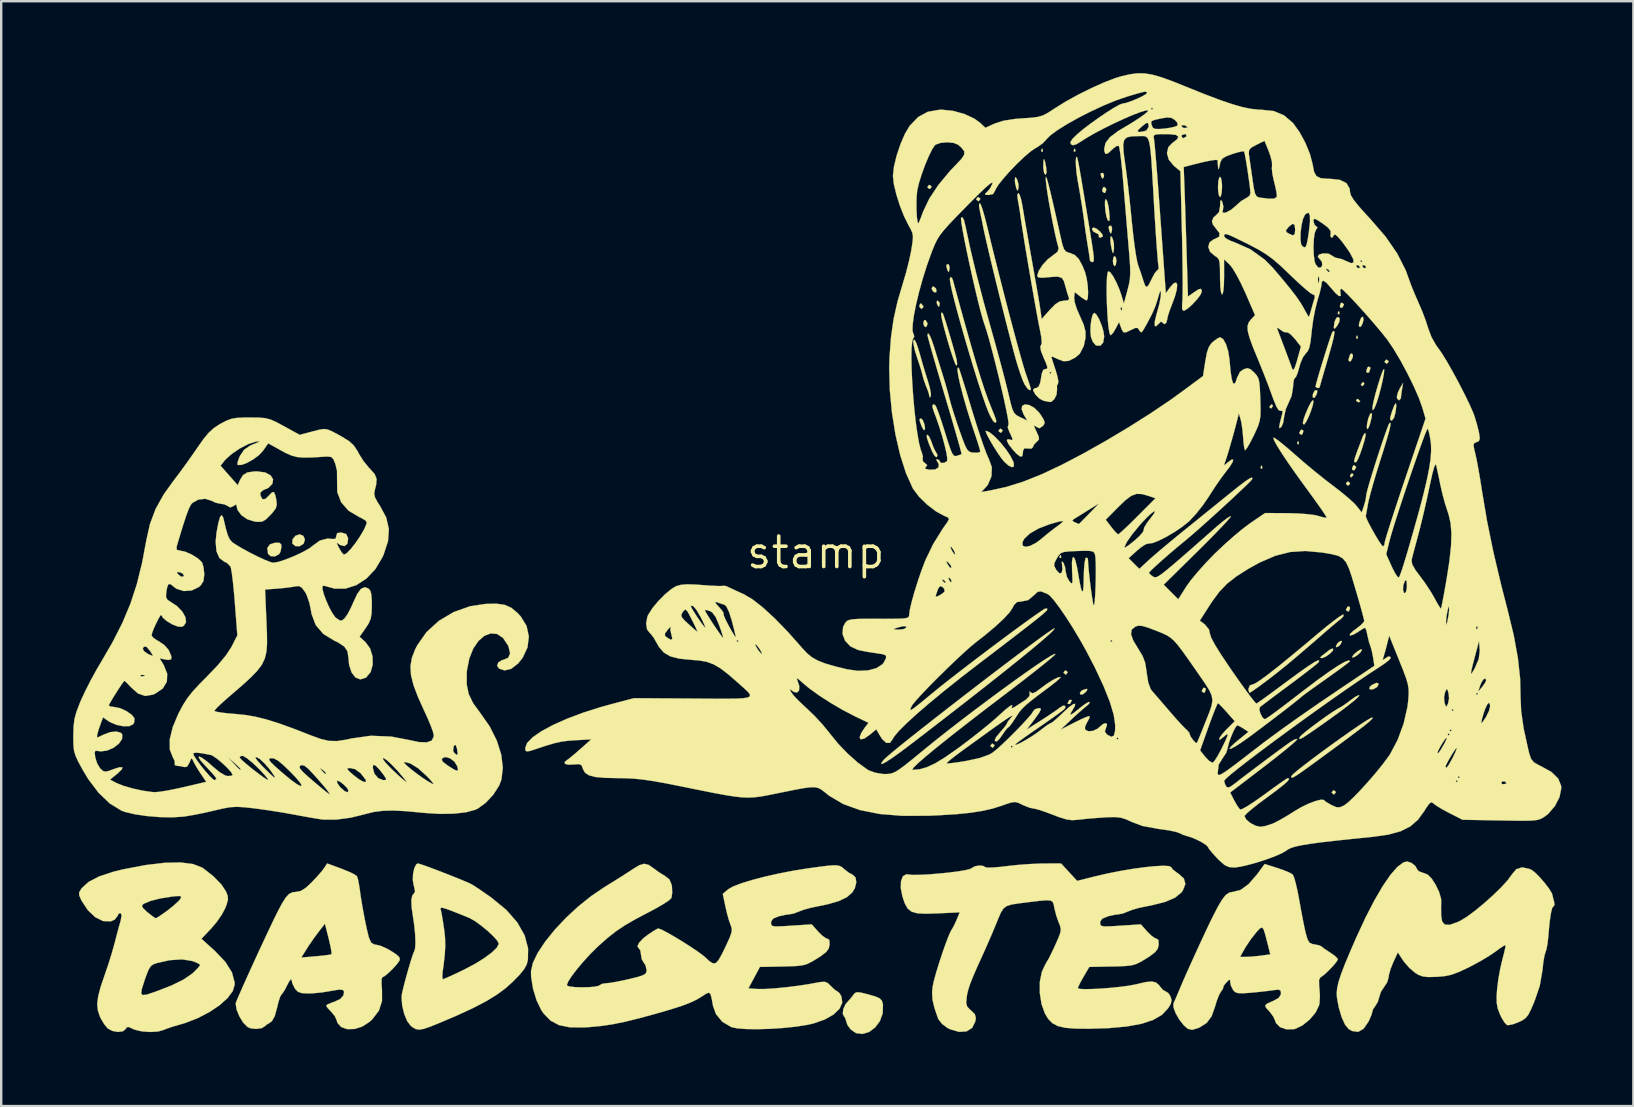
<source format=kicad_pcb>
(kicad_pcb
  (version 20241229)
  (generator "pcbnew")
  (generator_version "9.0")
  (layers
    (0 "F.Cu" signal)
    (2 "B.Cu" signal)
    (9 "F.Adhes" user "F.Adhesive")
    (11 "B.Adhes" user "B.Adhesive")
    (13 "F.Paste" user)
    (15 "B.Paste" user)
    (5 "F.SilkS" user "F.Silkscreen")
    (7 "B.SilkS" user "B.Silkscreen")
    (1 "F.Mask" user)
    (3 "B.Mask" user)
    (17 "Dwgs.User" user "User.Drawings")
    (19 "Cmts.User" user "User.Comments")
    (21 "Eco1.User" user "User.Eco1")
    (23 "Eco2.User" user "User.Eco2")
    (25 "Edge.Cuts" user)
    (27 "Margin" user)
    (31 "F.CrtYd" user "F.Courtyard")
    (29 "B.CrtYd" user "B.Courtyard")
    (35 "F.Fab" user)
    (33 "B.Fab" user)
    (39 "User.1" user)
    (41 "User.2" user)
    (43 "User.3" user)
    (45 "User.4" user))
  (footprint "stamp"
    (layer "F.Cu")
    (at 30.946 19.98)
    (property "Reference" "stamp" (at 0 0 0) (layer "F.SilkS") (effects (font (size 1.27 1.27) (thickness 0.15))))
    (attr through_hole)
    (fp_poly (pts (xy 9.454 -16.82) (xy 9.465 -16.72) (xy 9.454 -16.708) (xy 9.404 -16.719) (xy 9.398 -16.764) (xy 9.429 -16.834) (xy 9.454 -16.82)) (stroke (width 0.01) (type solid)) (fill yes) (layer "F.SilkS"))
    (fp_poly (pts (xy 10.216 0.113) (xy 10.227 0.213) (xy 10.216 0.226) (xy 10.166 0.214) (xy 10.16 0.169) (xy 10.191 0.1) (xy 10.216 0.113)) (stroke (width 0.01) (type solid)) (fill yes) (layer "F.SilkS"))
    (fp_poly (pts (xy 10.809 -16.82) (xy 10.819 -16.72) (xy 10.809 -16.708) (xy 10.759 -16.719) (xy 10.753 -16.764) (xy 10.784 -16.834) (xy 10.809 -16.82)) (stroke (width 0.01) (type solid)) (fill yes) (layer "F.SilkS"))
    (fp_poly (pts (xy 18.598 -3.612) (xy 18.609 -3.512) (xy 18.598 -3.5) (xy 18.548 -3.511) (xy 18.542 -3.556) (xy 18.573 -3.626) (xy 18.598 -3.612)) (stroke (width 0.01) (type solid)) (fill yes) (layer "F.SilkS"))
    (fp_poly (pts (xy 20.122 -4.628) (xy 20.133 -4.528) (xy 20.122 -4.516) (xy 20.072 -4.527) (xy 20.066 -4.572) (xy 20.097 -4.642) (xy 20.122 -4.628)) (stroke (width 0.01) (type solid)) (fill yes) (layer "F.SilkS"))
    (fp_poly (pts (xy 21.816 -10.047) (xy 21.826 -9.947) (xy 21.816 -9.934) (xy 21.765 -9.946) (xy 21.759 -9.991) (xy 21.79 -10.06) (xy 21.816 -10.047)) (stroke (width 0.01) (type solid)) (fill yes) (layer "F.SilkS"))
    (fp_poly (pts (xy 22.578 -9.031) (xy 22.588 -8.931) (xy 22.578 -8.918) (xy 22.527 -8.93) (xy 22.521 -8.975) (xy 22.552 -9.044) (xy 22.578 -9.031)) (stroke (width 0.01) (type solid)) (fill yes) (layer "F.SilkS"))
    (fp_poly (pts (xy 12.015 -15.73) (xy 12.005 -15.652) (xy 11.958 -15.588) (xy 11.903 -15.652) (xy 11.872 -15.777) (xy 11.887 -15.81) (xy 11.971 -15.824) (xy 12.015 -15.73)) (stroke (width 0.01) (type solid)) (fill yes) (layer "F.SilkS"))
    (fp_poly (pts (xy 4.403 -10.372) (xy 4.484 -10.263) (xy 4.487 -10.24) (xy 4.423 -10.162) (xy 4.403 -10.16) (xy 4.328 -10.229) (xy 4.318 -10.292) (xy 4.359 -10.38) (xy 4.403 -10.372)) (stroke (width 0.01) (type solid)) (fill yes) (layer "F.SilkS"))
    (fp_poly (pts (xy 4.65 -9.572) (xy 4.657 -9.52) (xy 4.609 -9.411) (xy 4.572 -9.398) (xy 4.504 -9.469) (xy 4.487 -9.572) (xy 4.52 -9.689) (xy 4.572 -9.694) (xy 4.65 -9.572)) (stroke (width 0.01) (type solid)) (fill yes) (layer "F.SilkS"))
    (fp_poly (pts (xy 4.824 -15.26) (xy 4.826 -15.24) (xy 4.762 -15.158) (xy 4.741 -15.155) (xy 4.659 -15.22) (xy 4.657 -15.24) (xy 4.721 -15.322) (xy 4.741 -15.325) (xy 4.824 -15.26)) (stroke (width 0.01) (type solid)) (fill yes) (layer "F.SilkS"))
    (fp_poly (pts (xy 4.994 -11.024) (xy 5.026 -10.964) (xy 5.024 -10.852) (xy 4.933 -10.854) (xy 4.882 -10.894) (xy 4.828 -11.011) (xy 4.877 -11.088) (xy 4.902 -11.091) (xy 4.994 -11.024)) (stroke (width 0.01) (type solid)) (fill yes) (layer "F.SilkS"))
    (fp_poly (pts (xy 5.155 -10.43) (xy 5.165 -10.372) (xy 5.147 -10.259) (xy 5.131 -10.245) (xy 5.077 -10.311) (xy 5.049 -10.372) (xy 5.048 -10.481) (xy 5.083 -10.499) (xy 5.155 -10.43)) (stroke (width 0.01) (type solid)) (fill yes) (layer "F.SilkS"))
    (fp_poly (pts (xy 5.578 -11.91) (xy 5.572 -11.796) (xy 5.542 -11.689) (xy 5.503 -11.739) (xy 5.478 -11.802) (xy 5.445 -11.952) (xy 5.459 -12.007) (xy 5.537 -12.017) (xy 5.578 -11.91)) (stroke (width 0.01) (type solid)) (fill yes) (layer "F.SilkS"))
    (fp_poly (pts (xy 6.856 -14.752) (xy 6.858 -14.732) (xy 6.794 -14.65) (xy 6.773 -14.647) (xy 6.691 -14.712) (xy 6.689 -14.732) (xy 6.753 -14.814) (xy 6.773 -14.817) (xy 6.856 -14.752)) (stroke (width 0.01) (type solid)) (fill yes) (layer "F.SilkS"))
    (fp_poly (pts (xy 7.448 8.023) (xy 7.451 8.043) (xy 7.386 8.126) (xy 7.366 8.128) (xy 7.284 8.064) (xy 7.281 8.043) (xy 7.346 7.961) (xy 7.366 7.959) (xy 7.448 8.023)) (stroke (width 0.01) (type solid)) (fill yes) (layer "F.SilkS"))
    (fp_poly (pts (xy 7.787 -5.1) (xy 7.789 -5.08) (xy 7.725 -4.998) (xy 7.705 -4.995) (xy 7.622 -5.06) (xy 7.62 -5.08) (xy 7.684 -5.162) (xy 7.705 -5.165) (xy 7.787 -5.1)) (stroke (width 0.01) (type solid)) (fill yes) (layer "F.SilkS"))
    (fp_poly (pts (xy 10.496 4.975) (xy 10.499 4.995) (xy 10.434 5.078) (xy 10.414 5.08) (xy 10.332 5.016) (xy 10.329 4.995) (xy 10.394 4.913) (xy 10.414 4.911) (xy 10.496 4.975)) (stroke (width 0.01) (type solid)) (fill yes) (layer "F.SilkS"))
    (fp_poly (pts (xy 10.661 6.142) (xy 10.668 6.171) (xy 10.606 6.29) (xy 10.583 6.308) (xy 10.505 6.304) (xy 10.499 6.275) (xy 10.56 6.156) (xy 10.583 6.138) (xy 10.661 6.142)) (stroke (width 0.01) (type solid)) (fill yes) (layer "F.SilkS"))
    (fp_poly (pts (xy 11.32 5.717) (xy 11.261 5.8) (xy 11.129 5.909) (xy 11.03 5.912) (xy 11.007 5.851) (xy 11.074 5.759) (xy 11.141 5.724) (xy 11.299 5.677) (xy 11.32 5.717)) (stroke (width 0.01) (type solid)) (fill yes) (layer "F.SilkS"))
    (fp_poly (pts (xy 12.098 -15.171) (xy 12.107 -15.113) (xy 12.062 -15) (xy 12.023 -14.986) (xy 11.948 -15.055) (xy 11.938 -15.113) (xy 11.984 -15.226) (xy 12.023 -15.24) (xy 12.098 -15.171)) (stroke (width 0.01) (type solid)) (fill yes) (layer "F.SilkS"))
    (fp_poly (pts (xy 12.35 -13.524) (xy 12.34 -13.405) (xy 12.305 -13.296) (xy 12.262 -13.346) (xy 12.237 -13.402) (xy 12.206 -13.551) (xy 12.224 -13.607) (xy 12.308 -13.626) (xy 12.35 -13.524)) (stroke (width 0.01) (type solid)) (fill yes) (layer "F.SilkS"))
    (fp_poly (pts (xy 12.512 -12.289) (xy 12.531 -12.15) (xy 12.505 -11.99) (xy 12.457 -11.938) (xy 12.401 -12.011) (xy 12.383 -12.15) (xy 12.408 -12.309) (xy 12.457 -12.361) (xy 12.512 -12.289)) (stroke (width 0.01) (type solid)) (fill yes) (layer "F.SilkS"))
    (fp_poly (pts (xy 16.244 5.65) (xy 16.256 5.71) (xy 16.212 5.826) (xy 16.171 5.842) (xy 16.089 5.781) (xy 16.087 5.762) (xy 16.148 5.648) (xy 16.171 5.63) (xy 16.244 5.65)) (stroke (width 0.01) (type solid)) (fill yes) (layer "F.SilkS"))
    (fp_poly (pts (xy 19.049 -6.115) (xy 19.05 -6.096) (xy 18.985 -6.015) (xy 18.96 -6.011) (xy 18.91 -6.063) (xy 18.923 -6.096) (xy 18.999 -6.177) (xy 19.013 -6.181) (xy 19.049 -6.115)) (stroke (width 0.01) (type solid)) (fill yes) (layer "F.SilkS"))
    (fp_poly (pts (xy 20.308 -5.103) (xy 20.32 -5.043) (xy 20.276 -4.927) (xy 20.235 -4.911) (xy 20.153 -4.971) (xy 20.151 -4.99) (xy 20.212 -5.105) (xy 20.235 -5.122) (xy 20.308 -5.103)) (stroke (width 0.01) (type solid)) (fill yes) (layer "F.SilkS"))
    (fp_poly (pts (xy 20.905 -6.751) (xy 20.891 -6.65) (xy 20.861 -6.569) (xy 20.778 -6.446) (xy 20.714 -6.467) (xy 20.719 -6.604) (xy 20.786 -6.741) (xy 20.838 -6.773) (xy 20.905 -6.751)) (stroke (width 0.01) (type solid)) (fill yes) (layer "F.SilkS"))
    (fp_poly (pts (xy 21.672 9.97) (xy 21.675 9.991) (xy 21.61 10.073) (xy 21.59 10.075) (xy 21.508 10.011) (xy 21.505 9.991) (xy 21.57 9.908) (xy 21.59 9.906) (xy 21.672 9.97)) (stroke (width 0.01) (type solid)) (fill yes) (layer "F.SilkS"))
    (fp_poly (pts (xy 21.929 3.705) (xy 21.87 3.824) (xy 21.802 3.895) (xy 21.699 3.945) (xy 21.675 3.915) (xy 21.733 3.796) (xy 21.802 3.725) (xy 21.904 3.675) (xy 21.929 3.705)) (stroke (width 0.01) (type solid)) (fill yes) (layer "F.SilkS"))
    (fp_poly (pts (xy 22.011 -10.353) (xy 22.013 -10.334) (xy 21.952 -10.22) (xy 21.929 -10.202) (xy 21.856 -10.222) (xy 21.844 -10.282) (xy 21.888 -10.398) (xy 21.929 -10.414) (xy 22.011 -10.353)) (stroke (width 0.01) (type solid)) (fill yes) (layer "F.SilkS"))
    (fp_poly (pts (xy 22.255 2.263) (xy 22.267 2.323) (xy 22.223 2.439) (xy 22.183 2.455) (xy 22.1 2.395) (xy 22.098 2.376) (xy 22.16 2.261) (xy 22.183 2.244) (xy 22.255 2.263)) (stroke (width 0.01) (type solid)) (fill yes) (layer "F.SilkS"))
    (fp_poly (pts (xy 22.265 -2.899) (xy 22.267 -2.879) (xy 22.203 -2.796) (xy 22.183 -2.794) (xy 22.1 -2.858) (xy 22.098 -2.879) (xy 22.162 -2.961) (xy 22.183 -2.963) (xy 22.265 -2.899)) (stroke (width 0.01) (type solid)) (fill yes) (layer "F.SilkS"))
    (fp_poly (pts (xy 22.408 -3.25) (xy 22.394 -3.217) (xy 22.318 -3.137) (xy 22.305 -3.133) (xy 22.268 -3.198) (xy 22.267 -3.217) (xy 22.332 -3.299) (xy 22.357 -3.302) (xy 22.408 -3.25)) (stroke (width 0.01) (type solid)) (fill yes) (layer "F.SilkS"))
    (fp_poly (pts (xy 22.519 -3.58) (xy 22.521 -3.561) (xy 22.46 -3.446) (xy 22.437 -3.429) (xy 22.364 -3.448) (xy 22.352 -3.509) (xy 22.396 -3.625) (xy 22.437 -3.641) (xy 22.519 -3.58)) (stroke (width 0.01) (type solid)) (fill yes) (layer "F.SilkS"))
    (fp_poly (pts (xy 22.606 -6.392) (xy 22.687 -6.316) (xy 22.691 -6.303) (xy 22.625 -6.266) (xy 22.606 -6.265) (xy 22.525 -6.33) (xy 22.521 -6.355) (xy 22.573 -6.406) (xy 22.606 -6.392)) (stroke (width 0.01) (type solid)) (fill yes) (layer "F.SilkS"))
    (fp_poly (pts (xy 22.859 -7.046) (xy 22.86 -7.027) (xy 22.795 -6.946) (xy 22.77 -6.943) (xy 22.72 -6.995) (xy 22.733 -7.027) (xy 22.809 -7.108) (xy 22.823 -7.112) (xy 22.859 -7.046)) (stroke (width 0.01) (type solid)) (fill yes) (layer "F.SilkS"))
    (fp_poly (pts (xy 23.103 -7.729) (xy 23.114 -7.672) (xy 23.064 -7.526) (xy 23.029 -7.493) (xy 22.956 -7.511) (xy 22.945 -7.568) (xy 22.994 -7.714) (xy 23.029 -7.747) (xy 23.103 -7.729)) (stroke (width 0.01) (type solid)) (fill yes) (layer "F.SilkS"))
    (fp_poly (pts (xy 23.874 -7.979) (xy 23.876 -7.959) (xy 23.812 -7.876) (xy 23.791 -7.874) (xy 23.709 -7.938) (xy 23.707 -7.959) (xy 23.771 -8.041) (xy 23.791 -8.043) (xy 23.874 -7.979)) (stroke (width 0.01) (type solid)) (fill yes) (layer "F.SilkS"))
    (fp_poly (pts (xy 21.838 -9.76) (xy 21.818 -9.612) (xy 21.72 -9.435) (xy 21.627 -9.33) (xy 21.596 -9.36) (xy 21.593 -9.412) (xy 21.622 -9.625) (xy 21.699 -9.781) (xy 21.768 -9.821) (xy 21.838 -9.76)) (stroke (width 0.01) (type solid)) (fill yes) (layer "F.SilkS"))
    (fp_poly (pts (xy 22.814 -9.811) (xy 22.83 -9.701) (xy 22.787 -9.542) (xy 22.715 -9.419) (xy 22.675 -9.398) (xy 22.634 -9.465) (xy 22.653 -9.588) (xy 22.725 -9.78) (xy 22.785 -9.829) (xy 22.814 -9.811)) (stroke (width 0.01) (type solid)) (fill yes) (layer "F.SilkS"))
    (fp_poly (pts (xy 23.444 5.447) (xy 23.453 5.5) (xy 23.39 5.605) (xy 23.253 5.685) (xy 23.119 5.705) (xy 23.074 5.677) (xy 23.098 5.581) (xy 23.191 5.508) (xy 23.369 5.428) (xy 23.444 5.447)) (stroke (width 0.01) (type solid)) (fill yes) (layer "F.SilkS"))
    (fp_poly (pts (xy 8.355 -15.613) (xy 8.39 -15.555) (xy 8.451 -15.348) (xy 8.45 -15.216) (xy 8.423 -15.09) (xy 8.386 -15.123) (xy 8.36 -15.183) (xy 8.308 -15.401) (xy 8.3 -15.522) (xy 8.31 -15.647) (xy 8.355 -15.613)) (stroke (width 0.01) (type solid)) (fill yes) (layer "F.SilkS"))
    (fp_poly (pts (xy 9.553 -16.302) (xy 9.602 -16.066) (xy 9.622 -15.839) (xy 9.579 -15.749) (xy 9.571 -15.748) (xy 9.517 -15.823) (xy 9.486 -16.012) (xy 9.483 -16.101) (xy 9.491 -16.336) (xy 9.514 -16.403) (xy 9.553 -16.302)) (stroke (width 0.01) (type solid)) (fill yes) (layer "F.SilkS"))
    (fp_poly (pts (xy 22.388 -8.23) (xy 22.377 -8.128) (xy 22.306 -7.991) (xy 22.248 -7.959) (xy 22.202 -8.021) (xy 22.216 -8.093) (xy 22.261 -8.228) (xy 22.267 -8.262) (xy 22.332 -8.297) (xy 22.344 -8.297) (xy 22.388 -8.23)) (stroke (width 0.01) (type solid)) (fill yes) (layer "F.SilkS"))
    (fp_poly (pts (xy -22.278 -0.343) (xy -22.267 -0.234) (xy -22.308 -0.033) (xy -22.369 0.068) (xy -22.54 0.158) (xy -22.719 0.148) (xy -22.827 0.047) (xy -22.857 -0.192) (xy -22.74 -0.349) (xy -22.542 -0.408) (xy -22.352 -0.409) (xy -22.278 -0.343)) (stroke (width 0.01) (type solid)) (fill yes) (layer "F.SilkS"))
    (fp_poly (pts (xy -21.351 -0.695) (xy -21.288 -0.541) (xy -21.344 -0.372) (xy -21.345 -0.37) (xy -21.506 -0.27) (xy -21.686 -0.271) (xy -21.809 -0.372) (xy -21.814 -0.382) (xy -21.803 -0.556) (xy -21.68 -0.704) (xy -21.504 -0.762) (xy -21.351 -0.695)) (stroke (width 0.01) (type solid)) (fill yes) (layer "F.SilkS"))
    (fp_poly (pts (xy 4.464 -5.517) (xy 4.526 -5.358) (xy 4.555 -5.19) (xy 4.536 -5.101) (xy 4.479 -5.137) (xy 4.405 -5.285) (xy 4.405 -5.285) (xy 4.335 -5.482) (xy 4.328 -5.568) (xy 4.382 -5.588) (xy 4.393 -5.588) (xy 4.464 -5.517)) (stroke (width 0.01) (type solid)) (fill yes) (layer "F.SilkS"))
    (fp_poly (pts (xy 12.33 -13.164) (xy 12.369 -13.1) (xy 12.423 -12.911) (xy 12.43 -12.677) (xy 12.409 -12.501) (xy 12.386 -12.482) (xy 12.343 -12.608) (xy 12.341 -12.615) (xy 12.292 -12.871) (xy 12.28 -13.039) (xy 12.29 -13.178) (xy 12.33 -13.164)) (stroke (width 0.01) (type solid)) (fill yes) (layer "F.SilkS"))
    (fp_poly (pts (xy 22.764 4.054) (xy 22.761 4.066) (xy 22.686 4.173) (xy 22.558 4.284) (xy 22.432 4.36) (xy 22.358 4.365) (xy 22.355 4.349) (xy 22.418 4.253) (xy 22.569 4.121) (xy 22.578 4.115) (xy 22.723 4.029) (xy 22.764 4.054)) (stroke (width 0.01) (type solid)) (fill yes) (layer "F.SilkS"))
    (fp_poly (pts (xy 23.176 -5.702) (xy 23.156 -5.588) (xy 23.092 -5.339) (xy 23.029 -5.185) (xy 22.982 -5.144) (xy 22.966 -5.235) (xy 22.978 -5.369) (xy 23.031 -5.606) (xy 23.103 -5.772) (xy 23.12 -5.792) (xy 23.177 -5.814) (xy 23.176 -5.702)) (stroke (width 0.01) (type solid)) (fill yes) (layer "F.SilkS"))
    (fp_poly (pts (xy 24.196 -6.147) (xy 24.172 -5.905) (xy 24.164 -5.853) (xy 24.103 -5.626) (xy 24.021 -5.51) (xy 23.997 -5.503) (xy 23.94 -5.535) (xy 23.947 -5.654) (xy 24.018 -5.889) (xy 24.115 -6.14) (xy 24.176 -6.225) (xy 24.196 -6.147)) (stroke (width 0.01) (type solid)) (fill yes) (layer "F.SilkS"))
    (fp_poly (pts (xy 24.431 -6.784) (xy 24.399 -6.569) (xy 24.384 -6.43) (xy 24.384 -6.424) (xy 24.319 -6.352) (xy 24.299 -6.35) (xy 24.229 -6.42) (xy 24.218 -6.498) (xy 24.263 -6.678) (xy 24.35 -6.858) (xy 24.479 -7.07) (xy 24.431 -6.784)) (stroke (width 0.01) (type solid)) (fill yes) (layer "F.SilkS"))
    (fp_poly (pts (xy 16.897 -15.587) (xy 16.928 -15.392) (xy 16.933 -15.24) (xy 16.918 -14.999) (xy 16.879 -14.845) (xy 16.849 -14.817) (xy 16.8 -14.893) (xy 16.77 -15.088) (xy 16.764 -15.24) (xy 16.779 -15.481) (xy 16.818 -15.635) (xy 16.849 -15.663) (xy 16.897 -15.587)) (stroke (width 0.01) (type solid)) (fill yes) (layer "F.SilkS"))
    (fp_poly (pts (xy 21.565 4.011) (xy 21.547 4.091) (xy 21.431 4.21) (xy 21.272 4.324) (xy 21.121 4.392) (xy 21.082 4.397) (xy 21.021 4.373) (xy 21.105 4.29) (xy 21.124 4.276) (xy 21.306 4.139) (xy 21.405 4.058) (xy 21.523 4) (xy 21.565 4.011)) (stroke (width 0.01) (type solid)) (fill yes) (layer "F.SilkS"))
    (fp_poly (pts (xy 12.141 -14.656) (xy 12.194 -14.46) (xy 12.22 -14.292) (xy 12.248 -13.976) (xy 12.236 -13.823) (xy 12.184 -13.833) (xy 12.166 -13.859) (xy 12.115 -14.004) (xy 12.076 -14.222) (xy 12.054 -14.454) (xy 12.054 -14.643) (xy 12.081 -14.731) (xy 12.086 -14.732) (xy 12.141 -14.656)) (stroke (width 0.01) (type solid)) (fill yes) (layer "F.SilkS"))
    (fp_poly (pts (xy 11.704 -13.497) (xy 11.842 -13.385) (xy 11.947 -13.261) (xy 11.965 -13.178) (xy 11.965 -13.178) (xy 11.863 -13.125) (xy 11.795 -13.148) (xy 11.805 -13.198) (xy 11.775 -13.276) (xy 11.683 -13.317) (xy 11.56 -13.389) (xy 11.51 -13.485) (xy 11.56 -13.544) (xy 11.586 -13.547) (xy 11.704 -13.497)) (stroke (width 0.01) (type solid)) (fill yes) (layer "F.SilkS"))
    (fp_poly (pts (xy 20.743 -6.312) (xy 20.743 -6.311) (xy 20.714 -6.138) (xy 20.639 -5.903) (xy 20.54 -5.656) (xy 20.44 -5.452) (xy 20.359 -5.341) (xy 20.342 -5.335) (xy 20.299 -5.389) (xy 20.334 -5.562) (xy 20.412 -5.779) (xy 20.533 -6.062) (xy 20.639 -6.261) (xy 20.714 -6.353) (xy 20.743 -6.312)) (stroke (width 0.01) (type solid)) (fill yes) (layer "F.SilkS"))
    (fp_poly (pts (xy 4.724 -4.838) (xy 4.808 -4.658) (xy 4.83 -4.593) (xy 4.913 -4.368) (xy 4.992 -4.213) (xy 5.006 -4.195) (xy 5.076 -4.067) (xy 5.045 -3.985) (xy 5.016 -3.979) (xy 4.941 -4.048) (xy 4.851 -4.212) (xy 4.701 -4.576) (xy 4.63 -4.803) (xy 4.633 -4.903) (xy 4.652 -4.911) (xy 4.724 -4.838)) (stroke (width 0.01) (type solid)) (fill yes) (layer "F.SilkS"))
    (fp_poly (pts (xy 11.7 -9.917) (xy 11.808 -9.73) (xy 11.912 -9.48) (xy 11.99 -9.221) (xy 12.021 -9.006) (xy 11.979 -8.754) (xy 11.862 -8.622) (xy 11.692 -8.631) (xy 11.669 -8.643) (xy 11.551 -8.777) (xy 11.471 -8.983) (xy 11.447 -9.214) (xy 11.456 -9.483) (xy 11.492 -9.737) (xy 11.547 -9.924) (xy 11.609 -9.991) (xy 11.7 -9.917)) (stroke (width 0.01) (type solid)) (fill yes) (layer "F.SilkS"))
    (fp_poly (pts (xy 22.914 -4.871) (xy 22.866 -4.664) (xy 22.787 -4.401) (xy 22.694 -4.132) (xy 22.602 -3.907) (xy 22.528 -3.776) (xy 22.515 -3.764) (xy 22.441 -3.775) (xy 22.437 -3.802) (xy 22.465 -3.926) (xy 22.538 -4.146) (xy 22.593 -4.294) (xy 22.695 -4.562) (xy 22.779 -4.786) (xy 22.806 -4.859) (xy 22.872 -4.968) (xy 22.913 -4.971) (xy 22.914 -4.871)) (stroke (width 0.01) (type solid)) (fill yes) (layer "F.SilkS"))
    (fp_poly (pts (xy 7.245 -5.013) (xy 7.458 -4.838) (xy 7.696 -4.59) (xy 7.927 -4.305) (xy 8.119 -4.019) (xy 8.242 -3.769) (xy 8.249 -3.747) (xy 8.26 -3.594) (xy 8.175 -3.559) (xy 8.018 -3.64) (xy 7.854 -3.789) (xy 7.727 -3.946) (xy 7.57 -4.174) (xy 7.405 -4.435) (xy 7.254 -4.692) (xy 7.139 -4.909) (xy 7.082 -5.049) (xy 7.087 -5.08) (xy 7.245 -5.013)) (stroke (width 0.01) (type solid)) (fill yes) (layer "F.SilkS"))
    (fp_poly (pts (xy 23.691 -7.643) (xy 23.681 -7.474) (xy 23.63 -7.197) (xy 23.553 -6.862) (xy 23.461 -6.521) (xy 23.369 -6.227) (xy 23.289 -6.031) (xy 23.282 -6.019) (xy 23.219 -5.932) (xy 23.201 -5.995) (xy 23.2 -6.011) (xy 23.218 -6.161) (xy 23.27 -6.397) (xy 23.345 -6.686) (xy 23.433 -6.99) (xy 23.522 -7.273) (xy 23.602 -7.501) (xy 23.662 -7.636) (xy 23.691 -7.643) (xy 23.691 -7.643)) (stroke (width 0.01) (type solid)) (fill yes) (layer "F.SilkS"))
    (fp_poly (pts (xy 5.283 -9.985) (xy 5.29 -9.978) (xy 5.328 -9.886) (xy 5.4 -9.669) (xy 5.494 -9.367) (xy 5.599 -9.018) (xy 5.703 -8.661) (xy 5.795 -8.335) (xy 5.863 -8.077) (xy 5.876 -8.022) (xy 5.894 -7.856) (xy 5.862 -7.789) (xy 5.815 -7.866) (xy 5.735 -8.076) (xy 5.63 -8.389) (xy 5.513 -8.776) (xy 5.486 -8.869) (xy 5.35 -9.359) (xy 5.264 -9.703) (xy 5.225 -9.913) (xy 5.233 -10.002) (xy 5.283 -9.985)) (stroke (width 0.01) (type solid)) (fill yes) (layer "F.SilkS"))
    (fp_poly (pts (xy 4.136 -8.843) (xy 4.194 -8.725) (xy 4.274 -8.493) (xy 4.356 -8.213) (xy 4.466 -7.824) (xy 4.591 -7.409) (xy 4.669 -7.165) (xy 4.752 -6.88) (xy 4.797 -6.644) (xy 4.798 -6.53) (xy 4.759 -6.46) (xy 4.741 -6.498) (xy 4.708 -6.646) (xy 4.657 -6.793) (xy 4.587 -6.966) (xy 4.501 -7.207) (xy 4.452 -7.389) (xy 4.405 -7.569) (xy 4.32 -7.841) (xy 4.24 -8.078) (xy 4.139 -8.397) (xy 4.08 -8.655) (xy 4.065 -8.823) (xy 4.099 -8.873) (xy 4.136 -8.843)) (stroke (width 0.01) (type solid)) (fill yes) (layer "F.SilkS"))
    (fp_poly (pts (xy 21.618 -9.173) (xy 21.59 -8.989) (xy 21.512 -8.674) (xy 21.383 -8.216) (xy 21.332 -8.042) (xy 21.212 -7.631) (xy 21.11 -7.283) (xy 21.037 -7.027) (xy 21 -6.893) (xy 20.997 -6.881) (xy 20.932 -6.859) (xy 20.913 -6.858) (xy 20.832 -6.907) (xy 20.83 -6.921) (xy 20.855 -7.037) (xy 20.92 -7.272) (xy 21.014 -7.591) (xy 21.125 -7.956) (xy 21.242 -8.332) (xy 21.353 -8.681) (xy 21.448 -8.967) (xy 21.514 -9.153) (xy 21.538 -9.205) (xy 21.6 -9.241) (xy 21.618 -9.173)) (stroke (width 0.01) (type solid)) (fill yes) (layer "F.SilkS"))
    (fp_poly (pts (xy 22.654 5.946) (xy 22.61 6.016) (xy 22.442 6.167) (xy 22.164 6.389) (xy 21.792 6.669) (xy 21.341 6.995) (xy 20.913 7.297) (xy 20.572 7.532) (xy 20.348 7.681) (xy 20.218 7.755) (xy 20.162 7.767) (xy 20.157 7.727) (xy 20.166 7.695) (xy 20.245 7.608) (xy 20.43 7.452) (xy 20.688 7.251) (xy 20.985 7.03) (xy 21.286 6.814) (xy 21.56 6.628) (xy 21.77 6.498) (xy 21.844 6.46) (xy 21.984 6.375) (xy 22.191 6.227) (xy 22.288 6.151) (xy 22.482 6.013) (xy 22.619 5.945) (xy 22.654 5.946)) (stroke (width 0.01) (type solid)) (fill yes) (layer "F.SilkS"))
    (fp_poly (pts (xy 1.879 18.336) (xy 2.148 18.401) (xy 2.161 18.405) (xy 2.477 18.495) (xy 2.663 18.576) (xy 2.758 18.675) (xy 2.799 18.816) (xy 2.802 18.838) (xy 2.791 19.201) (xy 2.673 19.525) (xy 2.475 19.79) (xy 2.225 19.976) (xy 1.95 20.061) (xy 1.677 20.025) (xy 1.454 19.87) (xy 1.323 19.69) (xy 1.27 19.536) (xy 1.227 19.388) (xy 1.191 19.35) (xy 1.127 19.224) (xy 1.147 19.027) (xy 1.237 18.828) (xy 1.289 18.764) (xy 1.462 18.57) (xy 1.555 18.448) (xy 1.631 18.356) (xy 1.723 18.32) (xy 1.879 18.336)) (stroke (width 0.01) (type solid)) (fill yes) (layer "F.SilkS"))
    (fp_poly (pts (xy 23.208 6.897) (xy 23.161 6.957) (xy 23.048 7.061) (xy 22.856 7.217) (xy 22.574 7.434) (xy 22.19 7.722) (xy 21.693 8.089) (xy 21.071 8.545) (xy 20.98 8.612) (xy 20.555 8.921) (xy 20.248 9.142) (xy 20.039 9.284) (xy 19.909 9.36) (xy 19.841 9.381) (xy 19.815 9.359) (xy 19.812 9.329) (xy 19.878 9.25) (xy 20.06 9.092) (xy 20.336 8.873) (xy 20.682 8.608) (xy 21.076 8.315) (xy 21.493 8.01) (xy 21.911 7.71) (xy 22.306 7.432) (xy 22.656 7.192) (xy 22.938 7.009) (xy 23.127 6.897) (xy 23.198 6.872) (xy 23.208 6.897)) (stroke (width 0.01) (type solid)) (fill yes) (layer "F.SilkS"))
    (fp_poly (pts (xy 21.983 2.666) (xy 21.888 2.761) (xy 21.736 2.881) (xy 21.511 3.068) (xy 21.295 3.254) (xy 20.714 3.759) (xy 20.237 4.17) (xy 19.84 4.506) (xy 19.501 4.786) (xy 19.196 5.03) (xy 18.904 5.256) (xy 18.822 5.318) (xy 18.529 5.537) (xy 18.287 5.71) (xy 18.128 5.818) (xy 18.081 5.842) (xy 18.043 5.771) (xy 18.034 5.673) (xy 18.095 5.53) (xy 18.187 5.503) (xy 18.306 5.457) (xy 18.525 5.318) (xy 18.848 5.08) (xy 19.28 4.742) (xy 19.825 4.298) (xy 20.488 3.747) (xy 20.951 3.356) (xy 21.296 3.072) (xy 21.596 2.837) (xy 21.828 2.668) (xy 21.968 2.584) (xy 21.997 2.58) (xy 21.983 2.666)) (stroke (width 0.01) (type solid)) (fill yes) (layer "F.SilkS"))
    (fp_poly (pts (xy 10.895 -16.463) (xy 10.917 -16.381) (xy 10.948 -16.235) (xy 10.99 -16.01) (xy 11.046 -15.69) (xy 11.119 -15.26) (xy 11.211 -14.705) (xy 11.326 -14.009) (xy 11.428 -13.388) (xy 11.507 -12.9) (xy 11.559 -12.554) (xy 11.586 -12.327) (xy 11.589 -12.193) (xy 11.571 -12.128) (xy 11.533 -12.108) (xy 11.515 -12.107) (xy 11.432 -12.156) (xy 11.43 -12.171) (xy 11.416 -12.282) (xy 11.382 -12.508) (xy 11.344 -12.742) (xy 11.289 -13.087) (xy 11.239 -13.422) (xy 11.217 -13.589) (xy 11.165 -13.979) (xy 11.093 -14.461) (xy 11.013 -14.961) (xy 10.936 -15.404) (xy 10.915 -15.519) (xy 10.872 -15.799) (xy 10.846 -16.079) (xy 10.838 -16.316) (xy 10.85 -16.468) (xy 10.88 -16.496) (xy 10.895 -16.463)) (stroke (width 0.01) (type solid)) (fill yes) (layer "F.SilkS"))
    (fp_poly (pts (xy 5.68 -11.446) (xy 5.727 -11.322) (xy 5.755 -11.212) (xy 5.822 -10.965) (xy 5.92 -10.607) (xy 6.042 -10.164) (xy 6.182 -9.662) (xy 6.22 -9.525) (xy 6.467 -8.652) (xy 6.68 -7.922) (xy 6.866 -7.313) (xy 7.032 -6.805) (xy 7.185 -6.375) (xy 7.331 -6.002) (xy 7.335 -5.993) (xy 7.455 -5.698) (xy 7.515 -5.527) (xy 7.524 -5.445) (xy 7.488 -5.42) (xy 7.461 -5.419) (xy 7.389 -5.49) (xy 7.284 -5.673) (xy 7.204 -5.843) (xy 7.091 -6.135) (xy 6.949 -6.542) (xy 6.786 -7.04) (xy 6.609 -7.603) (xy 6.426 -8.206) (xy 6.244 -8.823) (xy 6.07 -9.429) (xy 5.912 -9.999) (xy 5.778 -10.507) (xy 5.674 -10.927) (xy 5.609 -11.235) (xy 5.588 -11.396) (xy 5.618 -11.486) (xy 5.68 -11.446)) (stroke (width 0.01) (type solid)) (fill yes) (layer "F.SilkS"))
    (fp_poly (pts (xy 9.956 3.154) (xy 9.912 3.228) (xy 9.739 3.398) (xy 9.441 3.659) (xy 9.025 4.009) (xy 8.496 4.441) (xy 7.86 4.951) (xy 7.123 5.534) (xy 6.291 6.186) (xy 5.368 6.903) (xy 4.362 7.679) (xy 3.966 7.983) (xy 3.516 8.321) (xy 3.16 8.574) (xy 2.904 8.739) (xy 2.757 8.811) (xy 2.724 8.786) (xy 2.815 8.659) (xy 2.844 8.626) (xy 2.972 8.507) (xy 3.211 8.304) (xy 3.547 8.029) (xy 3.964 7.695) (xy 4.448 7.312) (xy 4.983 6.892) (xy 5.554 6.447) (xy 6.147 5.988) (xy 6.745 5.527) (xy 7.335 5.075) (xy 7.901 4.645) (xy 8.428 4.247) (xy 8.9 3.894) (xy 9.304 3.596) (xy 9.623 3.366) (xy 9.843 3.215) (xy 9.949 3.154) (xy 9.956 3.154)) (stroke (width 0.01) (type solid)) (fill yes) (layer "F.SilkS"))
    (fp_poly (pts (xy 6.888 -14.485) (xy 6.96 -14.275) (xy 7.049 -13.965) (xy 7.139 -13.61) (xy 7.298 -12.952) (xy 7.474 -12.242) (xy 7.661 -11.502) (xy 7.851 -10.757) (xy 8.04 -10.03) (xy 8.221 -9.345) (xy 8.388 -8.726) (xy 8.535 -8.195) (xy 8.655 -7.777) (xy 8.742 -7.495) (xy 8.755 -7.457) (xy 8.87 -7.126) (xy 8.937 -6.924) (xy 8.964 -6.819) (xy 8.956 -6.779) (xy 8.921 -6.773) (xy 8.908 -6.773) (xy 8.824 -6.839) (xy 8.712 -6.998) (xy 8.707 -7.006) (xy 8.623 -7.191) (xy 8.515 -7.488) (xy 8.4 -7.845) (xy 8.353 -8.005) (xy 8.248 -8.387) (xy 8.116 -8.888) (xy 7.964 -9.477) (xy 7.8 -10.125) (xy 7.632 -10.799) (xy 7.468 -11.468) (xy 7.314 -12.102) (xy 7.18 -12.668) (xy 7.072 -13.137) (xy 6.998 -13.476) (xy 6.992 -13.505) (xy 6.923 -13.849) (xy 6.861 -14.148) (xy 6.819 -14.348) (xy 6.813 -14.372) (xy 6.806 -14.519) (xy 6.841 -14.563) (xy 6.888 -14.485)) (stroke (width 0.01) (type solid)) (fill yes) (layer "F.SilkS"))
    (fp_poly (pts (xy 6.183 -13.841) (xy 6.249 -13.565) (xy 6.254 -13.54) (xy 6.446 -12.645) (xy 6.694 -11.611) (xy 6.995 -10.457) (xy 7.316 -9.297) (xy 7.484 -8.699) (xy 7.647 -8.102) (xy 7.797 -7.543) (xy 7.923 -7.058) (xy 8.015 -6.687) (xy 8.036 -6.597) (xy 8.124 -6.222) (xy 8.195 -5.977) (xy 8.268 -5.825) (xy 8.361 -5.73) (xy 8.491 -5.656) (xy 8.518 -5.643) (xy 8.816 -5.501) (xy 8.666 -5.755) (xy 8.578 -5.979) (xy 8.606 -6.12) (xy 8.723 -6.176) (xy 8.897 -6.15) (xy 9.099 -6.04) (xy 9.3 -5.846) (xy 9.37 -5.752) (xy 9.501 -5.541) (xy 9.542 -5.414) (xy 9.503 -5.322) (xy 9.459 -5.274) (xy 9.331 -5.184) (xy 9.212 -5.229) (xy 9.185 -5.251) (xy 9.109 -5.302) (xy 9.107 -5.253) (xy 9.183 -5.081) (xy 9.2 -5.045) (xy 9.291 -4.839) (xy 9.305 -4.725) (xy 9.244 -4.647) (xy 9.206 -4.618) (xy 9.086 -4.486) (xy 9.059 -4.405) (xy 8.989 -4.333) (xy 8.848 -4.339) (xy 8.69 -4.343) (xy 8.639 -4.244) (xy 8.636 -4.179) (xy 8.61 -4.021) (xy 8.526 -4) (xy 8.371 -4.119) (xy 8.221 -4.279) (xy 8.041 -4.51) (xy 7.965 -4.665) (xy 8 -4.728) (xy 8.086 -4.711) (xy 8.185 -4.687) (xy 8.2 -4.743) (xy 8.131 -4.905) (xy 8.078 -5.011) (xy 7.998 -5.225) (xy 8.033 -5.328) (xy 8.035 -5.419) (xy 7.999 -5.647) (xy 7.932 -5.986) (xy 7.841 -6.409) (xy 7.731 -6.889) (xy 7.609 -7.4) (xy 7.481 -7.915) (xy 7.354 -8.408) (xy 7.235 -8.852) (xy 7.128 -9.22) (xy 7.042 -9.487) (xy 7.028 -9.525) (xy 6.956 -9.746) (xy 6.864 -10.082) (xy 6.757 -10.506) (xy 6.641 -10.992) (xy 6.521 -11.515) (xy 6.403 -12.046) (xy 6.294 -12.561) (xy 6.198 -13.032) (xy 6.122 -13.433) (xy 6.072 -13.739) (xy 6.053 -13.921) (xy 6.058 -13.96) (xy 6.122 -13.967) (xy 6.183 -13.841)) (stroke (width 0.01) (type solid)) (fill yes) (layer "F.SilkS"))
    (fp_poly (pts (xy -16.474 12.984) (xy -16.245 13.063) (xy -15.932 13.179) (xy -15.571 13.317) (xy -15.199 13.462) (xy -14.851 13.602) (xy -14.564 13.721) (xy -14.374 13.806) (xy -14.351 13.818) (xy -14.21 13.904) (xy -13.972 14.063) (xy -13.677 14.267) (xy -13.513 14.383) (xy -12.899 14.887) (xy -12.437 15.413) (xy -12.131 15.953) (xy -11.987 16.5) (xy -11.996 16.976) (xy -12.047 17.169) (xy -12.153 17.361) (xy -12.338 17.589) (xy -12.62 17.879) (xy -12.933 18.16) (xy -13.293 18.425) (xy -13.724 18.689) (xy -14.247 18.963) (xy -14.887 19.261) (xy -15.665 19.595) (xy -15.667 19.595) (xy -16.059 19.754) (xy -16.332 19.848) (xy -16.524 19.881) (xy -16.669 19.856) (xy -16.806 19.777) (xy -16.874 19.726) (xy -17.027 19.525) (xy -17.153 19.217) (xy -17.237 18.864) (xy -17.26 18.525) (xy -17.244 18.384) (xy -17.188 18.138) (xy -17.106 17.821) (xy -17.01 17.474) (xy -16.913 17.14) (xy -16.826 16.859) (xy -16.761 16.673) (xy -16.735 16.623) (xy -16.695 16.49) (xy -16.682 16.232) (xy -16.696 15.887) (xy -16.737 15.495) (xy -16.776 15.24) (xy -16.831 14.853) (xy -15.636 14.853) (xy -15.628 14.883) (xy -15.594 15.035) (xy -15.548 15.3) (xy -15.498 15.625) (xy -15.492 15.663) (xy -15.45 16.03) (xy -15.439 16.376) (xy -15.46 16.756) (xy -15.514 17.224) (xy -15.547 17.462) (xy -15.564 17.665) (xy -15.548 17.774) (xy -15.538 17.78) (xy -15.443 17.745) (xy -15.231 17.651) (xy -14.934 17.514) (xy -14.673 17.389) (xy -14.222 17.152) (xy -13.825 16.907) (xy -13.508 16.673) (xy -13.294 16.469) (xy -13.209 16.311) (xy -13.208 16.301) (xy -13.272 16.174) (xy -13.44 15.984) (xy -13.675 15.763) (xy -13.942 15.543) (xy -14.203 15.355) (xy -14.422 15.231) (xy -14.436 15.226) (xy -14.901 15.037) (xy -15.232 14.907) (xy -15.45 14.83) (xy -15.575 14.799) (xy -15.63 14.809) (xy -15.636 14.853) (xy -16.831 14.853) (xy -16.841 14.786) (xy -16.853 14.474) (xy -16.812 14.285) (xy -16.752 14.217) (xy -16.699 14.124) (xy -16.734 13.939) (xy -16.752 13.882) (xy -16.792 13.653) (xy -16.782 13.393) (xy -16.731 13.154) (xy -16.651 12.993) (xy -16.582 12.954) (xy -16.474 12.984)) (stroke (width 0.01) (type solid)) (fill yes) (layer "F.SilkS"))
    (fp_poly (pts (xy -25.949 12.98) (xy -25.566 13.13) (xy -25.528 13.155) (xy -25.104 13.488) (xy -24.773 13.827) (xy -24.579 14.12) (xy -24.506 14.303) (xy -24.495 14.459) (xy -24.55 14.661) (xy -24.6 14.797) (xy -24.741 15.069) (xy -24.957 15.384) (xy -25.177 15.646) (xy -25.601 16.094) (xy -25.045 16.596) (xy -24.606 17.055) (xy -24.331 17.492) (xy -24.218 17.912) (xy -24.215 17.998) (xy -24.293 18.269) (xy -24.511 18.563) (xy -24.843 18.861) (xy -25.267 19.147) (xy -25.756 19.401) (xy -26.286 19.606) (xy -26.538 19.68) (xy -26.827 19.764) (xy -27.07 19.848) (xy -27.166 19.89) (xy -27.409 19.959) (xy -27.741 19.978) (xy -28.091 19.952) (xy -28.386 19.881) (xy -28.454 19.851) (xy -28.629 19.771) (xy -28.713 19.778) (xy -28.755 19.851) (xy -28.872 19.949) (xy -29.079 19.976) (xy -29.314 19.934) (xy -29.507 19.83) (xy -29.648 19.662) (xy -29.794 19.417) (xy -29.833 19.334) (xy -29.918 19.082) (xy -29.944 18.813) (xy -29.905 18.493) (xy -29.871 18.362) (xy -28.114 18.362) (xy -28.054 18.441) (xy -27.881 18.42) (xy -27.575 18.319) (xy -27.509 18.296) (xy -26.85 18.041) (xy -26.347 17.793) (xy -25.987 17.546) (xy -25.929 17.494) (xy -25.763 17.327) (xy -25.665 17.207) (xy -25.654 17.182) (xy -25.726 17.126) (xy -25.907 17.048) (xy -25.989 17.019) (xy -26.407 16.952) (xy -26.924 16.986) (xy -27.446 17.102) (xy -27.607 17.159) (xy -27.718 17.242) (xy -27.81 17.392) (xy -27.908 17.645) (xy -27.97 17.824) (xy -28.079 18.163) (xy -28.114 18.362) (xy -29.871 18.362) (xy -29.799 18.089) (xy -29.621 17.568) (xy -29.477 17.145) (xy -29.332 16.678) (xy -29.217 16.267) (xy -29.214 16.256) (xy -29.124 15.907) (xy -29.037 15.585) (xy -28.972 15.358) (xy -28.969 15.347) (xy -28.927 15.114) (xy -28.968 15.021) (xy -29.052 15.047) (xy -29.097 15.142) (xy -29.216 15.296) (xy -29.382 15.368) (xy -29.7 15.355) (xy -30.025 15.195) (xy -30.332 14.906) (xy -30.456 14.719) (xy -28.083 14.719) (xy -28.038 14.814) (xy -27.874 14.969) (xy -27.855 14.985) (xy -27.667 15.135) (xy -27.533 15.226) (xy -27.504 15.238) (xy -27.413 15.192) (xy -27.229 15.069) (xy -27 14.903) (xy -26.756 14.707) (xy -26.564 14.532) (xy -26.472 14.424) (xy -26.444 14.345) (xy -26.497 14.312) (xy -26.664 14.317) (xy -26.849 14.338) (xy -27.319 14.413) (xy -27.715 14.514) (xy -27.992 14.628) (xy -28.025 14.649) (xy -28.083 14.719) (xy -30.456 14.719) (xy -30.595 14.508) (xy -30.605 14.488) (xy -30.694 14.291) (xy -30.698 14.162) (xy -30.613 14.018) (xy -30.585 13.98) (xy -30.303 13.722) (xy -29.863 13.495) (xy -29.261 13.296) (xy -28.871 13.201) (xy -27.94 13.023) (xy -27.14 12.927) (xy -26.475 12.913) (xy -25.949 12.98)) (stroke (width 0.01) (type solid)) (fill yes) (layer "F.SilkS"))
    (fp_poly (pts (xy -19.771 13.172) (xy -19.476 13.29) (xy -19.246 13.399) (xy -19.125 13.478) (xy -19.121 13.485) (xy -19.076 13.62) (xy -19.03 13.858) (xy -19.008 14.008) (xy -18.954 14.387) (xy -18.88 14.827) (xy -18.796 15.275) (xy -18.711 15.68) (xy -18.637 15.988) (xy -18.615 16.066) (xy -18.519 16.266) (xy -18.377 16.338) (xy -18.325 16.341) (xy -18.142 16.384) (xy -17.886 16.496) (xy -17.697 16.602) (xy -17.459 16.76) (xy -17.347 16.873) (xy -17.336 16.972) (xy -17.352 17.01) (xy -17.464 17.166) (xy -17.637 17.355) (xy -17.826 17.535) (xy -17.985 17.662) (xy -18.058 17.695) (xy -18.092 17.772) (xy -18.095 17.976) (xy -18.077 18.196) (xy -18.075 18.684) (xy -18.205 19.089) (xy -18.482 19.451) (xy -18.592 19.553) (xy -18.894 19.751) (xy -19.216 19.852) (xy -19.521 19.86) (xy -19.772 19.775) (xy -19.932 19.599) (xy -19.965 19.49) (xy -20.042 19.318) (xy -20.194 19.134) (xy -20.198 19.13) (xy -20.339 18.983) (xy -20.404 18.884) (xy -20.405 18.879) (xy -20.332 18.822) (xy -20.15 18.748) (xy -20.071 18.723) (xy -19.812 18.603) (xy -19.683 18.45) (xy -19.682 18.449) (xy -19.656 18.298) (xy -19.714 18.223) (xy -19.883 18.214) (xy -20.186 18.264) (xy -20.222 18.272) (xy -20.586 18.33) (xy -20.967 18.367) (xy -21.141 18.373) (xy -21.414 18.359) (xy -21.578 18.304) (xy -21.692 18.186) (xy -21.707 18.164) (xy -21.809 17.96) (xy -21.847 17.804) (xy -21.879 17.782) (xy -21.957 17.891) (xy -22.017 18.008) (xy -22.133 18.232) (xy -22.234 18.384) (xy -22.265 18.414) (xy -22.324 18.518) (xy -22.395 18.737) (xy -22.452 18.976) (xy -22.547 19.322) (xy -22.661 19.523) (xy -22.73 19.578) (xy -22.884 19.674) (xy -22.945 19.729) (xy -23.094 19.82) (xy -23.327 19.852) (xy -23.565 19.822) (xy -23.686 19.766) (xy -23.863 19.584) (xy -24.022 19.323) (xy -24.135 19.046) (xy -24.173 18.813) (xy -24.164 18.758) (xy -24.111 18.62) (xy -23.997 18.357) (xy -23.837 17.995) (xy -23.642 17.562) (xy -23.425 17.085) (xy -23.328 16.875) (xy -21.439 16.875) (xy -20.827 16.823) (xy -20.524 16.794) (xy -20.294 16.763) (xy -20.182 16.738) (xy -20.179 16.736) (xy -20.181 16.643) (xy -20.219 16.429) (xy -20.285 16.138) (xy -20.298 16.084) (xy -20.454 15.467) (xy -20.713 15.798) (xy -20.925 16.084) (xy -21.143 16.403) (xy -21.206 16.502) (xy -21.439 16.875) (xy -23.328 16.875) (xy -23.198 16.592) (xy -22.973 16.11) (xy -22.765 15.666) (xy -22.584 15.288) (xy -22.457 15.028) (xy -22.253 14.639) (xy -22.092 14.381) (xy -21.951 14.228) (xy -21.806 14.156) (xy -21.649 14.139) (xy -21.459 14.101) (xy -21.25 13.968) (xy -21.003 13.737) (xy -20.778 13.497) (xy -20.587 13.278) (xy -20.486 13.145) (xy -20.362 12.955) (xy -19.771 13.172)) (stroke (width 0.01) (type solid)) (fill yes) (layer "F.SilkS"))
    (fp_poly (pts (xy 19.239 13.145) (xy 19.53 13.247) (xy 19.763 13.346) (xy 19.877 13.414) (xy 19.934 13.533) (xy 20.005 13.783) (xy 20.083 14.125) (xy 20.151 14.483) (xy 20.229 14.919) (xy 20.309 15.339) (xy 20.381 15.69) (xy 20.424 15.875) (xy 20.499 16.128) (xy 20.581 16.26) (xy 20.707 16.315) (xy 20.785 16.327) (xy 20.979 16.366) (xy 21.082 16.416) (xy 21.175 16.494) (xy 21.359 16.618) (xy 21.442 16.67) (xy 21.635 16.805) (xy 21.748 16.92) (xy 21.759 16.95) (xy 21.702 17.055) (xy 21.56 17.225) (xy 21.376 17.418) (xy 21.192 17.589) (xy 21.051 17.694) (xy 21.03 17.703) (xy 20.975 17.813) (xy 20.981 18.081) (xy 20.991 18.166) (xy 21.011 18.479) (xy 20.995 18.771) (xy 20.977 18.868) (xy 20.833 19.166) (xy 20.583 19.462) (xy 20.279 19.707) (xy 19.973 19.852) (xy 19.927 19.862) (xy 19.611 19.867) (xy 19.346 19.774) (xy 19.178 19.602) (xy 19.148 19.513) (xy 19.072 19.341) (xy 18.924 19.14) (xy 18.9 19.114) (xy 18.763 18.962) (xy 18.732 18.867) (xy 18.823 18.79) (xy 19.052 18.69) (xy 19.071 18.682) (xy 19.299 18.554) (xy 19.386 18.406) (xy 19.389 18.368) (xy 19.37 18.251) (xy 19.283 18.213) (xy 19.079 18.235) (xy 19.071 18.236) (xy 18.822 18.27) (xy 18.48 18.308) (xy 18.136 18.342) (xy 17.809 18.365) (xy 17.606 18.359) (xy 17.484 18.32) (xy 17.4 18.239) (xy 17.398 18.236) (xy 17.299 18.039) (xy 17.275 17.913) (xy 17.265 17.803) (xy 17.214 17.814) (xy 17.114 17.913) (xy 17.008 18.044) (xy 16.987 18.112) (xy 16.963 18.193) (xy 16.895 18.284) (xy 16.808 18.437) (xy 16.709 18.693) (xy 16.64 18.925) (xy 16.498 19.323) (xy 16.298 19.595) (xy 16.005 19.785) (xy 15.933 19.816) (xy 15.688 19.888) (xy 15.507 19.846) (xy 15.337 19.698) (xy 15.147 19.455) (xy 14.996 19.189) (xy 14.909 18.951) (xy 14.908 18.79) (xy 14.909 18.789) (xy 14.971 18.651) (xy 15.074 18.412) (xy 15.179 18.161) (xy 15.335 17.796) (xy 15.544 17.326) (xy 15.76 16.849) (xy 17.684 16.849) (xy 17.932 16.849) (xy 18.175 16.837) (xy 18.477 16.807) (xy 18.562 16.796) (xy 18.944 16.744) (xy 18.824 16.267) (xy 18.733 15.913) (xy 18.666 15.704) (xy 18.602 15.624) (xy 18.521 15.653) (xy 18.403 15.776) (xy 18.344 15.844) (xy 18.127 16.122) (xy 17.922 16.429) (xy 17.88 16.5) (xy 17.684 16.849) (xy 15.76 16.849) (xy 15.783 16.797) (xy 16.032 16.255) (xy 16.269 15.747) (xy 16.473 15.32) (xy 16.533 15.198) (xy 16.758 14.76) (xy 16.937 14.458) (xy 17.088 14.269) (xy 17.229 14.17) (xy 17.377 14.14) (xy 17.386 14.14) (xy 17.704 14.059) (xy 18.038 13.816) (xy 18.392 13.409) (xy 18.407 13.388) (xy 18.708 12.978) (xy 19.239 13.145)) (stroke (width 0.01) (type solid)) (fill yes) (layer "F.SilkS"))
    (fp_poly (pts (xy 24.82 12.929) (xy 24.983 13.053) (xy 25.061 13.189) (xy 25.061 13.198) (xy 25.135 13.282) (xy 25.312 13.347) (xy 25.32 13.349) (xy 25.506 13.423) (xy 25.672 13.589) (xy 25.83 13.833) (xy 25.98 14.145) (xy 26.06 14.421) (xy 26.067 14.52) (xy 26.061 14.778) (xy 26.064 15.079) (xy 26.065 15.124) (xy 26.107 15.377) (xy 26.221 15.505) (xy 26.424 15.512) (xy 26.734 15.404) (xy 26.86 15.345) (xy 27.134 15.179) (xy 27.475 14.927) (xy 27.848 14.619) (xy 28.221 14.286) (xy 28.559 13.958) (xy 28.828 13.665) (xy 28.995 13.437) (xy 29 13.428) (xy 29.194 13.194) (xy 29.445 13.116) (xy 29.765 13.19) (xy 29.82 13.215) (xy 29.972 13.328) (xy 30.173 13.528) (xy 30.383 13.771) (xy 30.565 14.01) (xy 30.68 14.2) (xy 30.699 14.259) (xy 30.738 14.431) (xy 30.773 14.552) (xy 30.788 14.692) (xy 30.751 14.732) (xy 30.69 14.815) (xy 30.633 15.054) (xy 30.58 15.439) (xy 30.533 15.957) (xy 30.529 16.014) (xy 30.496 16.309) (xy 30.448 16.552) (xy 30.414 16.649) (xy 30.367 16.811) (xy 30.321 17.082) (xy 30.288 17.399) (xy 30.173 18.06) (xy 29.955 18.696) (xy 29.81 19.038) (xy 29.695 19.26) (xy 29.58 19.401) (xy 29.437 19.499) (xy 29.296 19.567) (xy 29.053 19.657) (xy 28.863 19.694) (xy 28.809 19.689) (xy 28.71 19.591) (xy 28.586 19.389) (xy 28.517 19.247) (xy 28.424 19.003) (xy 28.38 18.769) (xy 28.377 18.48) (xy 28.395 18.205) (xy 28.448 17.779) (xy 28.531 17.317) (xy 28.612 16.973) (xy 28.688 16.683) (xy 28.737 16.464) (xy 28.748 16.36) (xy 28.747 16.357) (xy 28.671 16.389) (xy 28.502 16.5) (xy 28.326 16.629) (xy 28.067 16.805) (xy 27.716 17.016) (xy 27.335 17.223) (xy 27.204 17.29) (xy 26.813 17.473) (xy 26.505 17.588) (xy 26.217 17.65) (xy 25.889 17.68) (xy 25.874 17.68) (xy 25.535 17.689) (xy 25.305 17.665) (xy 25.123 17.599) (xy 24.977 17.509) (xy 24.735 17.303) (xy 24.511 17.044) (xy 24.47 16.985) (xy 24.259 16.661) (xy 24.069 17.072) (xy 23.958 17.348) (xy 23.889 17.594) (xy 23.877 17.69) (xy 23.819 17.9) (xy 23.695 18.088) (xy 23.555 18.302) (xy 23.49 18.503) (xy 23.421 18.733) (xy 23.332 18.873) (xy 23.226 19.031) (xy 23.199 19.124) (xy 23.162 19.258) (xy 23.072 19.472) (xy 23.033 19.551) (xy 22.83 19.845) (xy 22.605 19.973) (xy 22.352 19.937) (xy 22.208 19.854) (xy 22.059 19.672) (xy 21.917 19.36) (xy 21.798 18.956) (xy 21.724 18.563) (xy 21.711 18.365) (xy 21.731 18.144) (xy 21.793 17.877) (xy 21.902 17.542) (xy 22.066 17.117) (xy 22.292 16.58) (xy 22.526 16.044) (xy 22.909 15.218) (xy 23.278 14.501) (xy 23.627 13.903) (xy 23.95 13.432) (xy 24.24 13.099) (xy 24.491 12.911) (xy 24.646 12.872) (xy 24.82 12.929)) (stroke (width 0.01) (type solid)) (fill yes) (layer "F.SilkS"))
    (fp_poly (pts (xy 9.632 -15.585) (xy 9.699 -15.35) (xy 9.797 -14.956) (xy 9.927 -14.4) (xy 10.089 -13.682) (xy 10.207 -13.15) (xy 10.281 -12.834) (xy 10.347 -12.646) (xy 10.428 -12.547) (xy 10.545 -12.498) (xy 10.592 -12.486) (xy 10.797 -12.402) (xy 10.966 -12.231) (xy 11.121 -11.943) (xy 11.225 -11.683) (xy 11.29 -11.435) (xy 11.334 -11.137) (xy 11.351 -10.847) (xy 11.339 -10.617) (xy 11.303 -10.512) (xy 11.222 -10.537) (xy 11.066 -10.641) (xy 11.032 -10.667) (xy 10.795 -10.854) (xy 10.768 -10.632) (xy 10.791 -10.439) (xy 10.88 -10.157) (xy 11.001 -9.876) (xy 11.164 -9.507) (xy 11.242 -9.218) (xy 11.242 -8.944) (xy 11.174 -8.625) (xy 11.17 -8.61) (xy 11.002 -8.285) (xy 10.811 -8.124) (xy 10.548 -7.992) (xy 10.331 -7.974) (xy 10.085 -8.065) (xy 10.054 -8.081) (xy 9.894 -8.154) (xy 9.822 -8.164) (xy 9.821 -8.163) (xy 9.846 -8.068) (xy 9.912 -7.859) (xy 9.998 -7.599) (xy 10.077 -7.329) (xy 10.112 -7.131) (xy 10.098 -7.049) (xy 10.053 -6.957) (xy 10.056 -6.785) (xy 10.036 -6.583) (xy 9.944 -6.396) (xy 9.818 -6.285) (xy 9.752 -6.277) (xy 9.63 -6.301) (xy 9.505 -6.325) (xy 9.326 -6.416) (xy 9.159 -6.581) (xy 9.064 -6.754) (xy 9.059 -6.792) (xy 9.128 -6.851) (xy 9.185 -6.858) (xy 9.284 -6.909) (xy 9.356 -7.079) (xy 9.41 -7.39) (xy 9.417 -7.451) (xy 9.434 -7.493) (xy 9.737 -7.493) (xy 9.779 -7.451) (xy 9.821 -7.493) (xy 9.779 -7.535) (xy 9.737 -7.493) (xy 9.434 -7.493) (xy 9.484 -7.619) (xy 9.579 -7.652) (xy 9.646 -7.668) (xy 9.649 -7.749) (xy 9.583 -7.93) (xy 9.505 -8.106) (xy 9.385 -8.408) (xy 9.358 -8.586) (xy 9.381 -8.626) (xy 9.419 -8.732) (xy 9.4 -8.979) (xy 9.346 -9.272) (xy 9.284 -9.582) (xy 9.202 -10.023) (xy 9.106 -10.561) (xy 9.001 -11.158) (xy 8.894 -11.781) (xy 8.79 -12.392) (xy 8.697 -12.957) (xy 8.62 -13.439) (xy 8.565 -13.803) (xy 8.553 -13.885) (xy 8.505 -14.222) (xy 8.454 -14.533) (xy 8.42 -14.711) (xy 8.4 -14.909) (xy 8.444 -14.986) (xy 8.446 -14.986) (xy 8.5 -14.909) (xy 8.562 -14.707) (xy 8.619 -14.424) (xy 8.62 -14.415) (xy 8.664 -14.148) (xy 8.731 -13.752) (xy 8.816 -13.267) (xy 8.91 -12.728) (xy 9.006 -12.192) (xy 9.101 -11.654) (xy 9.19 -11.146) (xy 9.267 -10.702) (xy 9.325 -10.356) (xy 9.359 -10.142) (xy 9.359 -10.138) (xy 9.417 -9.735) (xy 9.754 -10.117) (xy 9.984 -10.351) (xy 10.172 -10.469) (xy 10.346 -10.499) (xy 10.519 -10.516) (xy 10.56 -10.584) (xy 10.54 -10.647) (xy 10.477 -10.836) (xy 10.415 -11.06) (xy 10.343 -11.314) (xy 10.249 -11.452) (xy 10.089 -11.501) (xy 9.818 -11.488) (xy 9.726 -11.478) (xy 9.434 -11.454) (xy 9.279 -11.469) (xy 9.229 -11.525) (xy 9.229 -11.532) (xy 9.292 -11.739) (xy 9.453 -11.988) (xy 9.67 -12.224) (xy 9.867 -12.375) (xy 10.078 -12.537) (xy 10.124 -12.682) (xy 10.122 -12.689) (xy 10.05 -12.956) (xy 9.968 -13.311) (xy 9.882 -13.723) (xy 9.798 -14.162) (xy 9.72 -14.596) (xy 9.655 -14.993) (xy 9.609 -15.324) (xy 9.585 -15.557) (xy 9.591 -15.661) (xy 9.595 -15.663) (xy 9.632 -15.585)) (stroke (width 0.01) (type solid)) (fill yes) (layer "F.SilkS"))
    (fp_poly (pts (xy 10.558 13.317) (xy 10.893 13.681) (xy 11.648 13.491) (xy 12.166 13.371) (xy 12.699 13.266) (xy 13.224 13.178) (xy 13.714 13.111) (xy 14.144 13.068) (xy 14.487 13.051) (xy 14.72 13.064) (xy 14.816 13.109) (xy 14.817 13.116) (xy 14.882 13.206) (xy 15.046 13.334) (xy 15.113 13.377) (xy 15.342 13.581) (xy 15.405 13.81) (xy 15.303 14.074) (xy 15.239 14.164) (xy 14.976 14.38) (xy 14.555 14.56) (xy 13.971 14.706) (xy 13.804 14.737) (xy 13.478 14.805) (xy 13.187 14.887) (xy 13.025 14.951) (xy 12.808 15.038) (xy 12.641 15.071) (xy 12.46 15.094) (xy 12.214 15.148) (xy 12.171 15.16) (xy 11.948 15.249) (xy 11.86 15.368) (xy 11.853 15.426) (xy 11.861 15.506) (xy 11.905 15.555) (xy 12.015 15.577) (xy 12.223 15.576) (xy 12.559 15.558) (xy 12.702 15.548) (xy 13.551 15.493) (xy 13.812 15.79) (xy 13.992 15.968) (xy 14.148 16.074) (xy 14.196 16.087) (xy 14.283 16.145) (xy 14.294 16.336) (xy 14.293 16.348) (xy 14.253 16.508) (xy 14.146 16.649) (xy 13.941 16.808) (xy 13.766 16.92) (xy 13.539 17.056) (xy 13.355 17.146) (xy 13.166 17.2) (xy 12.927 17.228) (xy 12.592 17.243) (xy 12.334 17.248) (xy 11.402 17.267) (xy 11.163 17.672) (xy 11.031 17.908) (xy 10.944 18.088) (xy 10.923 18.152) (xy 11.001 18.182) (xy 11.212 18.193) (xy 11.521 18.188) (xy 11.893 18.169) (xy 12.294 18.138) (xy 12.69 18.097) (xy 13.044 18.05) (xy 13.322 17.998) (xy 13.365 17.988) (xy 13.747 17.899) (xy 14.007 17.874) (xy 14.182 17.916) (xy 14.308 18.027) (xy 14.343 18.076) (xy 14.474 18.228) (xy 14.586 18.289) (xy 14.695 18.358) (xy 14.785 18.496) (xy 14.832 18.656) (xy 14.791 18.816) (xy 14.683 18.994) (xy 14.431 19.261) (xy 14.067 19.473) (xy 13.582 19.635) (xy 12.964 19.749) (xy 12.202 19.818) (xy 11.398 19.843) (xy 10.833 19.838) (xy 10.407 19.805) (xy 10.094 19.733) (xy 9.864 19.613) (xy 9.689 19.434) (xy 9.552 19.21) (xy 9.41 18.815) (xy 9.338 18.352) (xy 9.339 17.888) (xy 9.419 17.49) (xy 9.447 17.419) (xy 9.551 17.196) (xy 9.631 17.047) (xy 9.652 17.018) (xy 9.707 16.926) (xy 9.811 16.719) (xy 9.944 16.437) (xy 9.982 16.355) (xy 10.12 16.043) (xy 10.195 15.838) (xy 10.213 15.69) (xy 10.183 15.554) (xy 10.13 15.424) (xy 10.023 15.123) (xy 9.945 14.814) (xy 9.942 14.796) (xy 9.913 14.646) (xy 9.87 14.55) (xy 9.782 14.499) (xy 9.619 14.488) (xy 9.351 14.51) (xy 8.949 14.558) (xy 8.882 14.566) (xy 8.451 14.62) (xy 8.152 14.668) (xy 7.953 14.733) (xy 7.819 14.837) (xy 7.716 15) (xy 7.61 15.246) (xy 7.536 15.428) (xy 7.363 15.844) (xy 7.17 16.291) (xy 6.996 16.682) (xy 6.978 16.722) (xy 6.739 17.247) (xy 6.564 17.65) (xy 6.441 17.957) (xy 6.361 18.198) (xy 6.311 18.402) (xy 6.291 18.529) (xy 6.271 18.772) (xy 6.314 18.925) (xy 6.445 19.06) (xy 6.475 19.084) (xy 6.632 19.238) (xy 6.672 19.397) (xy 6.65 19.542) (xy 6.52 19.806) (xy 6.287 19.952) (xy 5.974 19.973) (xy 5.604 19.866) (xy 5.494 19.812) (xy 5.268 19.645) (xy 5.112 19.445) (xy 5.098 19.414) (xy 4.947 18.978) (xy 4.867 18.634) (xy 4.85 18.325) (xy 4.871 18.095) (xy 4.919 17.864) (xy 5.009 17.535) (xy 5.127 17.148) (xy 5.26 16.74) (xy 5.395 16.352) (xy 5.519 16.023) (xy 5.62 15.791) (xy 5.667 15.71) (xy 5.745 15.578) (xy 5.846 15.363) (xy 5.87 15.307) (xy 6 14.993) (xy 5.053 15.036) (xy 4.571 15.05) (xy 4.227 15.031) (xy 3.989 14.962) (xy 3.827 14.83) (xy 3.71 14.618) (xy 3.611 14.326) (xy 3.544 13.978) (xy 3.554 13.688) (xy 3.634 13.487) (xy 3.777 13.406) (xy 3.851 13.414) (xy 4.032 13.432) (xy 4.328 13.43) (xy 4.701 13.411) (xy 5.114 13.378) (xy 5.531 13.336) (xy 5.913 13.288) (xy 6.225 13.237) (xy 6.429 13.187) (xy 6.486 13.157) (xy 6.628 13.073) (xy 6.827 13.04) (xy 7.002 13.064) (xy 7.061 13.109) (xy 7.158 13.128) (xy 7.384 13.124) (xy 7.701 13.097) (xy 7.933 13.069) (xy 8.403 13.018) (xy 8.917 12.979) (xy 9.383 12.959) (xy 9.493 12.957) (xy 10.223 12.954) (xy 10.558 13.317)) (stroke (width 0.01) (type solid)) (fill yes) (layer "F.SilkS"))
    (fp_poly (pts (xy -6.962 13.015) (xy -6.775 13.145) (xy -6.528 13.324) (xy -6.286 13.473) (xy -6.098 13.62) (xy -6.008 13.834) (xy -5.991 13.939) (xy -5.982 14.188) (xy -6.011 14.381) (xy -6.021 14.404) (xy -6.121 14.496) (xy -6.34 14.641) (xy -6.645 14.818) (xy -6.961 14.987) (xy -7.512 15.277) (xy -7.951 15.531) (xy -8.322 15.779) (xy -8.67 16.052) (xy -9.039 16.379) (xy -9.107 16.443) (xy -9.405 16.738) (xy -9.696 17.057) (xy -9.96 17.372) (xy -10.175 17.656) (xy -10.319 17.881) (xy -10.372 18.021) (xy -10.367 18.042) (xy -10.261 18.083) (xy -10.039 18.108) (xy -9.754 18.117) (xy -9.458 18.111) (xy -9.203 18.089) (xy -9.043 18.053) (xy -9.017 18.034) (xy -8.901 17.97) (xy -8.747 17.949) (xy -8.568 17.93) (xy -8.276 17.88) (xy -7.925 17.807) (xy -7.789 17.775) (xy -7.436 17.689) (xy -7.217 17.62) (xy -7.1 17.554) (xy -7.055 17.473) (xy -7.048 17.396) (xy -7.094 17.197) (xy -7.165 17.094) (xy -7.252 16.942) (xy -7.281 16.761) (xy -7.31 16.579) (xy -7.371 16.494) (xy -7.43 16.411) (xy -7.364 16.262) (xy -7.188 16.075) (xy -6.981 15.914) (xy -6.766 15.773) (xy -6.611 15.682) (xy -6.566 15.663) (xy -6.437 15.708) (xy -6.204 15.827) (xy -5.901 16) (xy -5.563 16.204) (xy -5.226 16.419) (xy -4.923 16.622) (xy -4.691 16.794) (xy -4.599 16.872) (xy -4.415 17.04) (xy -4.277 17.121) (xy -4.161 17.104) (xy -4.044 16.972) (xy -3.9 16.714) (xy -3.732 16.365) (xy -3.587 16.048) (xy -3.512 15.837) (xy -3.497 15.688) (xy -3.531 15.558) (xy -3.545 15.527) (xy -3.618 15.322) (xy -3.701 15.023) (xy -3.761 14.761) (xy -3.874 14.222) (xy -3.639 14.024) (xy -3.439 13.911) (xy -3.1 13.782) (xy -2.652 13.644) (xy -2.124 13.506) (xy -1.546 13.375) (xy -0.947 13.259) (xy -0.423 13.174) (xy 0.088 13.102) (xy 0.459 13.055) (xy 0.718 13.032) (xy 0.893 13.035) (xy 1.012 13.064) (xy 1.103 13.118) (xy 1.184 13.188) (xy 1.374 13.337) (xy 1.539 13.424) (xy 1.66 13.54) (xy 1.69 13.745) (xy 1.629 13.987) (xy 1.526 14.16) (xy 1.303 14.358) (xy 0.965 14.521) (xy 0.489 14.658) (xy 0.127 14.732) (xy -0.208 14.803) (xy -0.506 14.884) (xy -0.694 14.955) (xy -0.911 15.04) (xy -1.075 15.071) (xy -1.256 15.094) (xy -1.502 15.148) (xy -1.545 15.16) (xy -1.768 15.249) (xy -1.856 15.368) (xy -1.863 15.426) (xy -1.855 15.506) (xy -1.811 15.555) (xy -1.701 15.577) (xy -1.493 15.576) (xy -1.157 15.558) (xy -1.014 15.548) (xy -0.165 15.493) (xy 0.096 15.79) (xy 0.276 15.968) (xy 0.432 16.074) (xy 0.48 16.087) (xy 0.567 16.145) (xy 0.578 16.336) (xy 0.577 16.348) (xy 0.537 16.508) (xy 0.43 16.649) (xy 0.225 16.808) (xy 0.05 16.92) (xy -0.176 17.055) (xy -0.36 17.145) (xy -0.548 17.199) (xy -0.785 17.228) (xy -1.119 17.242) (xy -1.388 17.248) (xy -2.326 17.267) (xy -2.566 17.714) (xy -2.805 18.161) (xy -2.433 18.186) (xy -2.128 18.187) (xy -1.704 18.16) (xy -1.211 18.112) (xy -0.698 18.047) (xy -0.212 17.971) (xy -0.06 17.942) (xy 0.218 17.893) (xy 0.387 17.889) (xy 0.504 17.94) (xy 0.625 18.058) (xy 0.634 18.067) (xy 0.788 18.215) (xy 0.897 18.287) (xy 0.906 18.289) (xy 0.988 18.357) (xy 1.069 18.495) (xy 1.106 18.754) (xy 0.991 19.011) (xy 0.742 19.25) (xy 0.375 19.459) (xy -0.092 19.622) (xy -0.353 19.682) (xy -0.828 19.756) (xy -1.359 19.811) (xy -1.906 19.847) (xy -2.434 19.862) (xy -2.905 19.855) (xy -3.28 19.825) (xy -3.514 19.775) (xy -3.893 19.554) (xy -4.161 19.227) (xy -4.283 18.881) (xy -4.339 18.566) (xy -4.388 18.393) (xy -4.455 18.339) (xy -4.562 18.379) (xy -4.685 18.459) (xy -4.913 18.6) (xy -5.16 18.725) (xy -5.457 18.845) (xy -5.836 18.973) (xy -6.328 19.121) (xy -6.699 19.227) (xy -7.395 19.416) (xy -7.974 19.558) (xy -8.475 19.659) (xy -8.942 19.728) (xy -9.416 19.773) (xy -9.671 19.789) (xy -10.246 19.784) (xy -10.698 19.693) (xy -11.054 19.503) (xy -11.344 19.203) (xy -11.436 19.07) (xy -11.635 18.658) (xy -11.784 18.164) (xy -11.862 17.668) (xy -11.867 17.453) (xy -11.788 17.099) (xy -11.584 16.678) (xy -11.273 16.209) (xy -10.875 15.716) (xy -10.409 15.22) (xy -9.892 14.742) (xy -9.344 14.303) (xy -8.798 13.935) (xy -8.428 13.707) (xy -8.069 13.482) (xy -7.774 13.292) (xy -7.639 13.202) (xy -7.356 13.029) (xy -7.148 12.968) (xy -6.962 13.015)) (stroke (width 0.01) (type solid)) (fill yes) (layer "F.SilkS"))
    (fp_poly (pts (xy -23.207 -5.626) (xy -22.941 -5.603) (xy -22.718 -5.545) (xy -22.474 -5.436) (xy -22.162 -5.268) (xy -21.506 -4.907) (xy -20.961 -5.052) (xy -20.7 -5.12) (xy -20.516 -5.151) (xy -20.359 -5.136) (xy -20.178 -5.064) (xy -19.923 -4.928) (xy -19.75 -4.832) (xy -19.452 -4.648) (xy -19.253 -4.467) (xy -19.095 -4.23) (xy -19.033 -4.112) (xy -18.854 -3.825) (xy -18.628 -3.545) (xy -18.573 -3.488) (xy -18.38 -3.27) (xy -18.301 -3.073) (xy -18.32 -2.827) (xy -18.367 -2.645) (xy -18.4 -2.471) (xy -18.372 -2.311) (xy -18.266 -2.109) (xy -18.158 -1.943) (xy -17.899 -1.46) (xy -17.789 -0.981) (xy -17.825 -0.478) (xy -18.007 0.08) (xy -18.054 0.186) (xy -18.349 0.683) (xy -18.72 1.077) (xy -19.143 1.354) (xy -19.593 1.5) (xy -20.045 1.502) (xy -20.284 1.437) (xy -20.46 1.386) (xy -20.552 1.389) (xy -20.561 1.502) (xy -20.506 1.717) (xy -20.406 1.989) (xy -20.28 2.272) (xy -20.148 2.519) (xy -20.028 2.687) (xy -20.002 2.712) (xy -19.844 2.823) (xy -19.745 2.83) (xy -19.633 2.737) (xy -19.63 2.734) (xy -19.518 2.576) (xy -19.382 2.32) (xy -19.272 2.075) (xy -19.103 1.713) (xy -18.948 1.506) (xy -18.792 1.442) (xy -18.648 1.492) (xy -18.566 1.58) (xy -18.52 1.741) (xy -18.501 2.012) (xy -18.5 2.183) (xy -18.509 2.521) (xy -18.547 2.757) (xy -18.634 2.956) (xy -18.756 3.144) (xy -19.012 3.508) (xy -18.772 3.722) (xy -18.574 3.99) (xy -18.471 4.321) (xy -18.463 4.667) (xy -18.55 4.977) (xy -18.734 5.201) (xy -18.749 5.212) (xy -18.977 5.284) (xy -19.18 5.206) (xy -19.342 4.999) (xy -19.446 4.683) (xy -19.476 4.369) (xy -19.515 4.111) (xy -19.648 3.915) (xy -19.903 3.745) (xy -20.066 3.668) (xy -20.524 3.388) (xy -20.84 3.016) (xy -21.014 2.552) (xy -21.035 2.418) (xy -21.104 2.089) (xy -21.211 1.778) (xy -21.279 1.646) (xy -21.419 1.457) (xy -21.546 1.392) (xy -21.675 1.406) (xy -21.873 1.44) (xy -22.167 1.476) (xy -22.418 1.498) (xy -22.949 1.539) (xy -22.892 2.869) (xy -22.871 3.386) (xy -22.867 3.799) (xy -22.893 4.135) (xy -22.962 4.419) (xy -23.088 4.678) (xy -23.285 4.938) (xy -23.566 5.226) (xy -23.945 5.569) (xy -24.435 5.992) (xy -24.538 6.08) (xy -24.78 6.296) (xy -24.963 6.474) (xy -25.056 6.582) (xy -25.061 6.597) (xy -24.983 6.63) (xy -24.77 6.667) (xy -24.46 6.703) (xy -24.202 6.724) (xy -23.77 6.767) (xy -23.34 6.841) (xy -22.881 6.956) (xy -22.361 7.119) (xy -21.75 7.34) (xy -21.059 7.61) (xy -20.629 7.767) (xy -20.281 7.847) (xy -19.948 7.854) (xy -19.564 7.795) (xy -19.346 7.745) (xy -18.542 7.633) (xy -17.691 7.667) (xy -17.005 7.798) (xy -16.537 7.896) (xy -16.207 7.908) (xy -16.005 7.834) (xy -15.921 7.671) (xy -15.917 7.612) (xy -15.953 7.462) (xy -16.048 7.203) (xy -16.187 6.874) (xy -16.295 6.639) (xy -16.574 6.024) (xy -16.764 5.522) (xy -16.868 5.102) (xy -16.89 4.736) (xy -16.833 4.394) (xy -16.7 4.046) (xy -16.612 3.871) (xy -16.222 3.314) (xy -15.705 2.844) (xy -15.092 2.479) (xy -14.409 2.237) (xy -13.772 2.139) (xy -13.31 2.129) (xy -12.964 2.177) (xy -12.686 2.3) (xy -12.428 2.515) (xy -12.295 2.659) (xy -12.05 3.056) (xy -11.956 3.496) (xy -12.012 3.949) (xy -12.215 4.384) (xy -12.4 4.616) (xy -12.689 4.843) (xy -12.97 4.909) (xy -13.199 4.833) (xy -13.278 4.712) (xy -13.229 4.576) (xy -13.076 4.482) (xy -13.031 4.473) (xy -12.814 4.383) (xy -12.737 4.199) (xy -12.801 3.923) (xy -12.827 3.864) (xy -13.036 3.553) (xy -13.281 3.391) (xy -13.544 3.367) (xy -13.81 3.468) (xy -14.059 3.684) (xy -14.274 4.002) (xy -14.438 4.411) (xy -14.534 4.899) (xy -14.544 5.004) (xy -14.546 5.489) (xy -14.463 5.895) (xy -14.276 6.279) (xy -13.994 6.664) (xy -13.59 7.24) (xy -13.292 7.833) (xy -13.106 8.419) (xy -13.04 8.97) (xy -13.1 9.462) (xy -13.196 9.713) (xy -13.443 10.094) (xy -13.755 10.429) (xy -14.084 10.668) (xy -14.179 10.714) (xy -14.568 10.821) (xy -15.084 10.88) (xy -15.689 10.889) (xy -16.347 10.846) (xy -16.406 10.84) (xy -17.067 10.776) (xy -17.6 10.749) (xy -18.039 10.76) (xy -18.421 10.809) (xy -18.782 10.898) (xy -18.809 10.907) (xy -19.396 11.05) (xy -19.983 11.127) (xy -20.502 11.128) (xy -20.574 11.121) (xy -20.785 11.089) (xy -21.11 11.034) (xy -21.494 10.964) (xy -21.717 10.922) (xy -22.21 10.834) (xy -22.769 10.745) (xy -23.292 10.672) (xy -23.416 10.656) (xy -23.823 10.611) (xy -24.128 10.595) (xy -24.394 10.61) (xy -24.688 10.661) (xy -25.067 10.749) (xy -25.486 10.845) (xy -25.912 10.93) (xy -26.273 10.992) (xy -26.374 11.005) (xy -26.829 11.033) (xy -27.348 11.022) (xy -27.88 10.978) (xy -28.373 10.906) (xy -28.776 10.81) (xy -28.936 10.752) (xy -29.417 10.458) (xy -29.884 10.013) (xy -30.322 9.433) (xy -30.546 9.059) (xy -30.731 8.72) (xy -30.847 8.471) (xy -30.889 8.326) (xy -30.05 8.326) (xy -30.029 8.519) (xy -30.027 8.53) (xy -29.947 8.787) (xy -29.82 8.995) (xy -29.81 9.005) (xy -29.696 9.104) (xy -29.586 9.129) (xy -29.417 9.084) (xy -29.284 9.032) (xy -29.018 8.945) (xy -28.895 8.945) (xy -28.916 9.03) (xy -29.085 9.195) (xy -29.121 9.225) (xy -29.411 9.462) (xy -29.131 9.607) (xy -28.844 9.721) (xy -28.458 9.832) (xy -28.043 9.922) (xy -27.666 9.976) (xy -27.539 9.984) (xy -27.346 9.968) (xy -27.035 9.918) (xy -26.653 9.843) (xy -26.334 9.772) (xy -25.401 9.553) (xy -25.64 9.201) (xy -25.795 8.958) (xy -25.914 8.748) (xy -25.946 8.678) (xy -25.998 8.576) (xy -26.043 8.609) (xy -26.096 8.747) (xy -26.199 8.922) (xy -26.305 8.938) (xy -26.497 8.896) (xy -26.597 8.89) (xy -26.71 8.856) (xy -26.712 8.805) (xy -26.717 8.681) (xy -26.792 8.533) (xy -26.855 8.373) (xy -25.945 8.373) (xy -25.914 8.464) (xy -25.8 8.641) (xy -25.633 8.867) (xy -25.443 9.102) (xy -25.262 9.307) (xy -25.12 9.446) (xy -25.057 9.483) (xy -24.978 9.434) (xy -24.977 9.422) (xy -25.032 9.336) (xy -25.177 9.165) (xy -25.384 8.943) (xy -25.421 8.905) (xy -25.631 8.671) (xy -25.717 8.536) (xy -25.692 8.498) (xy -25.569 8.557) (xy -25.361 8.711) (xy -25.107 8.933) (xy -24.836 9.156) (xy -24.606 9.288) (xy -24.499 9.313) (xy -24.346 9.297) (xy -24.299 9.269) (xy -24.361 9.153) (xy -24.517 8.976) (xy -24.726 8.777) (xy -24.945 8.594) (xy -25.07 8.509) (xy -24.511 8.509) (xy -24.262 8.784) (xy -24.082 8.977) (xy -23.988 9.054) (xy -23.961 9.034) (xy -23.961 9.033) (xy -24.017 8.966) (xy -24.16 8.827) (xy -24.236 8.758) (xy -24.511 8.509) (xy -25.07 8.509) (xy -25.078 8.504) (xy -24.004 8.504) (xy -24.001 8.555) (xy -23.904 8.658) (xy -23.717 8.821) (xy -23.48 9.015) (xy -23.231 9.207) (xy -23.011 9.368) (xy -22.859 9.465) (xy -22.82 9.48) (xy -22.837 9.427) (xy -22.953 9.282) (xy -23.146 9.072) (xy -23.241 8.975) (xy -23.49 8.741) (xy -23.712 8.564) (xy -23.751 8.541) (xy -23.355 8.541) (xy -23.279 8.662) (xy -23.074 8.886) (xy -23.025 8.937) (xy -22.76 9.201) (xy -22.599 9.349) (xy -22.534 9.389) (xy -22.554 9.328) (xy -22.574 9.292) (xy -22.753 9.034) (xy -22.965 8.79) (xy -23.123 8.643) (xy -22.779 8.643) (xy -22.699 8.747) (xy -22.517 8.921) (xy -22.241 9.165) (xy -21.889 9.458) (xy -21.63 9.645) (xy -21.473 9.729) (xy -21.423 9.709) (xy -21.49 9.586) (xy -21.679 9.361) (xy -21.895 9.136) (xy -22.115 8.925) (xy -21.516 8.925) (xy -21.486 9.009) (xy -21.365 9.146) (xy -21.137 9.355) (xy -20.953 9.513) (xy -20.675 9.748) (xy -20.448 9.934) (xy -20.3 10.049) (xy -20.259 10.075) (xy -20.279 10.018) (xy -20.376 9.881) (xy -20.382 9.874) (xy -20.521 9.706) (xy -20.689 9.511) (xy -19.953 9.511) (xy -19.94 9.603) (xy -19.834 9.755) (xy -19.812 9.779) (xy -19.628 9.944) (xy -19.509 9.988) (xy -19.473 9.921) (xy -19.529 9.813) (xy -19.659 9.677) (xy -19.81 9.559) (xy -19.927 9.504) (xy -19.953 9.511) (xy -20.689 9.511) (xy -20.727 9.468) (xy -20.935 9.233) (xy -21.161 8.996) (xy -21.188 8.975) (xy -20.653 8.975) (xy -20.632 9.019) (xy -20.585 9.081) (xy -20.461 9.212) (xy -20.406 9.212) (xy -20.405 9.197) (xy -20.463 9.126) (xy -20.553 9.049) (xy -20.587 9.024) (xy -19.523 9.024) (xy -19.437 9.119) (xy -19.262 9.273) (xy -19.038 9.445) (xy -18.859 9.546) (xy -18.752 9.566) (xy -18.745 9.494) (xy -18.761 9.461) (xy -18.965 9.194) (xy -19.203 9.022) (xy -19.378 8.979) (xy -18.457 8.979) (xy -18.392 9.215) (xy -18.23 9.402) (xy -18.024 9.483) (xy -18.015 9.483) (xy -17.913 9.474) (xy -17.908 9.418) (xy -18.001 9.275) (xy -18.024 9.242) (xy -18.181 9.044) (xy -18.323 8.896) (xy -18.326 8.893) (xy -18.425 8.836) (xy -18.456 8.916) (xy -18.457 8.979) (xy -19.378 8.979) (xy -19.382 8.978) (xy -19.501 8.986) (xy -19.523 9.024) (xy -20.587 9.024) (xy -20.653 8.975) (xy -21.188 8.975) (xy -21.315 8.877) (xy -21.427 8.855) (xy -21.471 8.872) (xy -21.516 8.925) (xy -22.115 8.925) (xy -22.199 8.844) (xy -22.419 8.663) (xy -22.52 8.609) (xy -18.035 8.609) (xy -17.931 8.75) (xy -17.741 8.953) (xy -17.63 9.062) (xy -17.385 9.29) (xy -17.189 9.464) (xy -17.071 9.558) (xy -17.052 9.567) (xy -17.082 9.51) (xy -17.203 9.356) (xy -17.39 9.137) (xy -17.457 9.061) (xy -17.683 8.824) (xy -17.75 8.763) (xy -17.151 8.763) (xy -17.042 8.876) (xy -16.857 9.033) (xy -16.627 9.211) (xy -16.384 9.386) (xy -16.162 9.532) (xy -15.99 9.627) (xy -15.921 9.649) (xy -15.953 9.596) (xy -16.076 9.456) (xy -16.218 9.306) (xy -16.571 8.987) (xy -16.894 8.787) (xy -17.15 8.721) (xy -17.151 8.763) (xy -17.75 8.763) (xy -17.881 8.646) (xy -17.906 8.63) (xy -15.59 8.63) (xy -15.536 8.721) (xy -15.359 8.857) (xy -15.304 8.894) (xy -15.066 9.045) (xy -14.94 9.092) (xy -14.908 9.036) (xy -14.939 8.904) (xy -15.055 8.714) (xy -15.235 8.575) (xy -15.424 8.519) (xy -15.541 8.555) (xy -15.59 8.63) (xy -17.906 8.63) (xy -18.015 8.56) (xy -18.034 8.556) (xy -18.035 8.609) (xy -22.52 8.609) (xy -22.58 8.577) (xy -22.696 8.565) (xy -22.773 8.589) (xy -22.779 8.643) (xy -23.123 8.643) (xy -23.166 8.603) (xy -23.305 8.521) (xy -23.355 8.541) (xy -23.751 8.541) (xy -23.869 8.473) (xy -23.9 8.467) (xy -24.004 8.504) (xy -25.078 8.504) (xy -25.133 8.466) (xy -25.215 8.432) (xy -25.575 8.364) (xy -25.8 8.338) (xy -25.916 8.35) (xy -25.945 8.373) (xy -26.855 8.373) (xy -26.897 8.264) (xy -15.113 8.264) (xy -15.065 8.346) (xy -14.958 8.438) (xy -14.919 8.378) (xy -14.951 8.173) (xy -14.951 8.17) (xy -15.001 8.02) (xy -15.05 8.019) (xy -15.089 8.079) (xy -15.113 8.264) (xy -26.897 8.264) (xy -26.92 8.205) (xy -26.921 7.779) (xy -26.795 7.267) (xy -26.564 6.717) (xy -26.382 6.372) (xy -26.195 6.077) (xy -25.969 5.79) (xy -25.671 5.467) (xy -25.392 5.187) (xy -24.927 4.702) (xy -24.576 4.278) (xy -24.35 3.931) (xy -24.343 3.917) (xy -24.105 3.448) (xy -24.209 2.087) (xy -24.249 1.615) (xy -24.292 1.195) (xy -24.334 0.86) (xy -24.372 0.642) (xy -24.391 0.58) (xy -24.533 0.435) (xy -24.646 0.379) (xy -24.851 0.228) (xy -24.974 -0.054) (xy -25.009 -0.451) (xy -24.974 -0.82) (xy -24.897 -1.234) (xy -24.826 -1.482) (xy -24.76 -1.563) (xy -24.7 -1.475) (xy -24.678 -1.396) (xy -24.583 -0.998) (xy -24.504 -0.73) (xy -24.425 -0.558) (xy -24.33 -0.445) (xy -24.241 -0.379) (xy -23.946 -0.198) (xy -23.604 -0.011) (xy -23.257 0.165) (xy -22.945 0.308) (xy -22.707 0.4) (xy -22.602 0.423) (xy -22.386 0.384) (xy -22.076 0.282) (xy -21.725 0.14) (xy -21.384 -0.021) (xy -21.105 -0.176) (xy -20.948 -0.296) (xy -20.666 -0.502) (xy -20.342 -0.586) (xy -20.149 -0.568) (xy -20.015 -0.572) (xy -19.981 -0.691) (xy -19.946 -0.81) (xy -19.808 -0.836) (xy -19.748 -0.831) (xy -19.567 -0.771) (xy -19.494 -0.611) (xy -19.489 -0.571) (xy -19.52 -0.363) (xy -19.647 -0.271) (xy -19.827 -0.32) (xy -19.868 -0.35) (xy -19.952 -0.411) (xy -19.954 -0.373) (xy -19.877 -0.212) (xy -19.865 -0.191) (xy -19.756 -0.01) (xy -19.668 0.082) (xy -19.656 0.085) (xy -19.537 0.016) (xy -19.366 -0.162) (xy -19.172 -0.411) (xy -18.983 -0.69) (xy -18.826 -0.96) (xy -18.729 -1.181) (xy -18.711 -1.273) (xy -18.782 -1.352) (xy -18.959 -1.454) (xy -19.029 -1.485) (xy -19.47 -1.746) (xy -19.777 -2.096) (xy -19.94 -2.518) (xy -19.948 -2.991) (xy -19.952 -3.412) (xy -20.017 -3.683) (xy -20.101 -3.893) (xy -20.196 -3.987) (xy -20.365 -4.004) (xy -20.503 -3.996) (xy -20.985 -3.966) (xy -21.34 -3.96) (xy -21.612 -3.983) (xy -21.842 -4.043) (xy -22.074 -4.144) (xy -22.275 -4.252) (xy -22.818 -4.554) (xy -23.043 -4.234) (xy -23.212 -4.056) (xy -23.445 -3.884) (xy -23.696 -3.743) (xy -23.922 -3.657) (xy -24.075 -3.651) (xy -24.099 -3.666) (xy -24.096 -3.765) (xy -24.029 -3.955) (xy -23.991 -4.037) (xy -23.821 -4.289) (xy -23.569 -4.46) (xy -23.453 -4.511) (xy -23.239 -4.598) (xy -23.176 -4.636) (xy -23.253 -4.633) (xy -23.362 -4.616) (xy -23.65 -4.523) (xy -23.992 -4.346) (xy -24.325 -4.123) (xy -24.587 -3.893) (xy -24.638 -3.833) (xy -24.804 -3.622) (xy -24.446 -3.216) (xy -24.088 -2.81) (xy -23.996 -3.021) (xy -23.871 -3.227) (xy -23.691 -3.339) (xy -23.41 -3.382) (xy -23.275 -3.385) (xy -22.938 -3.339) (xy -22.715 -3.216) (xy -22.614 -3.048) (xy -22.644 -2.865) (xy -22.814 -2.695) (xy -23.044 -2.594) (xy -23.147 -2.493) (xy -23.14 -2.376) (xy -23.06 -2.226) (xy -22.937 -2.235) (xy -22.775 -2.392) (xy -22.653 -2.519) (xy -22.575 -2.518) (xy -22.517 -2.374) (xy -22.48 -2.194) (xy -22.46 -1.996) (xy -22.506 -1.838) (xy -22.644 -1.657) (xy -22.726 -1.568) (xy -22.917 -1.38) (xy -23.068 -1.293) (xy -23.245 -1.28) (xy -23.388 -1.296) (xy -23.689 -1.39) (xy -23.941 -1.565) (xy -24.099 -1.781) (xy -24.13 -1.92) (xy -24.152 -2.006) (xy -24.243 -1.959) (xy -24.261 -1.944) (xy -24.396 -1.881) (xy -24.489 -1.934) (xy -24.648 -2.013) (xy -24.785 -2.032) (xy -25.009 -2.079) (xy -25.177 -2.16) (xy -25.441 -2.243) (xy -25.732 -2.209) (xy -25.978 -2.07) (xy -26.039 -2) (xy -26.122 -1.839) (xy -26.232 -1.549) (xy -26.373 -1.118) (xy -26.549 -0.538) (xy -26.638 -0.233) (xy -26.627 -0.115) (xy -26.503 -0.085) (xy -26.274 -0.037) (xy -26 0.084) (xy -25.748 0.241) (xy -25.584 0.398) (xy -25.572 0.418) (xy -25.515 0.609) (xy -25.486 0.869) (xy -25.485 0.92) (xy -25.516 1.185) (xy -25.633 1.368) (xy -25.708 1.433) (xy -26.005 1.577) (xy -26.336 1.602) (xy -26.639 1.508) (xy -26.744 1.431) (xy -26.891 1.312) (xy -26.977 1.315) (xy -27.032 1.458) (xy -27.064 1.632) (xy -27.08 1.846) (xy -27.016 1.968) (xy -26.913 2.034) (xy -26.618 2.23) (xy -26.398 2.459) (xy -26.269 2.691) (xy -26.242 2.897) (xy -26.333 3.048) (xy -26.422 3.092) (xy -26.59 3.08) (xy -26.817 2.99) (xy -27.044 2.855) (xy -27.213 2.709) (xy -27.27 2.602) (xy -27.303 2.612) (xy -27.379 2.734) (xy -27.476 2.924) (xy -27.574 3.135) (xy -27.649 3.325) (xy -27.681 3.446) (xy -27.615 3.544) (xy -27.444 3.661) (xy -27.386 3.69) (xy -27.153 3.848) (xy -26.977 4.045) (xy -26.963 4.071) (xy -26.856 4.315) (xy -26.86 4.443) (xy -26.979 4.474) (xy -27.09 4.458) (xy -27.342 4.408) (xy -27.175 4.681) (xy -27.028 5.048) (xy -27.042 5.381) (xy -27.214 5.665) (xy -27.537 5.883) (xy -27.628 5.921) (xy -27.946 5.974) (xy -28.243 5.873) (xy -28.537 5.612) (xy -28.694 5.444) (xy -28.8 5.352) (xy -28.822 5.346) (xy -28.922 5.485) (xy -29.063 5.697) (xy -29.216 5.937) (xy -29.352 6.161) (xy -29.443 6.32) (xy -29.464 6.37) (xy -29.391 6.417) (xy -29.231 6.435) (xy -28.993 6.483) (xy -28.73 6.603) (xy -28.507 6.758) (xy -28.393 6.902) (xy -28.401 7.069) (xy -28.448 7.155) (xy -28.609 7.231) (xy -28.863 7.236) (xy -29.153 7.175) (xy -29.423 7.057) (xy -29.476 7.023) (xy -29.701 6.866) (xy -29.788 7.095) (xy -29.891 7.388) (xy -29.949 7.602) (xy -29.952 7.701) (xy -29.945 7.705) (xy -29.851 7.669) (xy -29.676 7.584) (xy -29.664 7.578) (xy -29.393 7.48) (xy -29.14 7.457) (xy -28.956 7.511) (xy -28.902 7.578) (xy -28.909 7.769) (xy -29.043 7.962) (xy -29.262 8.132) (xy -29.526 8.248) (xy -29.795 8.285) (xy -29.903 8.269) (xy -30.015 8.256) (xy -30.05 8.326) (xy -30.889 8.326) (xy -30.91 8.256) (xy -30.936 8.019) (xy -30.941 7.704) (xy -30.94 7.62) (xy -30.929 7.238) (xy -30.892 6.935) (xy -30.812 6.641) (xy -30.676 6.284) (xy -30.631 6.177) (xy -30.446 5.775) (xy -30.208 5.308) (xy -30.118 5.144) (xy -28.157 5.144) (xy -28.074 5.158) (xy -27.964 5.142) (xy -27.963 5.114) (xy -28.076 5.093) (xy -28.125 5.107) (xy -28.157 5.144) (xy -30.118 5.144) (xy -29.956 4.851) (xy -29.842 4.66) (xy -29.459 4) (xy -28.046 4) (xy -28.001 4.101) (xy -27.844 4.217) (xy -27.623 4.31) (xy -27.621 4.311) (xy -27.644 4.255) (xy -27.733 4.111) (xy -27.736 4.106) (xy -27.886 3.929) (xy -27.995 3.915) (xy -28.046 4) (xy -29.459 4) (xy -29.319 3.76) (xy -28.898 2.933) (xy -28.562 2.134) (xy -28.294 1.315) (xy -28.168 0.804) (xy -26.623 0.804) (xy -26.601 0.869) (xy -26.58 0.896) (xy -26.45 1) (xy -26.353 1) (xy -26.331 0.941) (xy -26.402 0.863) (xy -26.506 0.821) (xy -26.623 0.804) (xy -28.168 0.804) (xy -28.075 0.431) (xy -27.899 -0.508) (xy -27.744 -1.199) (xy -27.511 -1.819) (xy -27.175 -2.421) (xy -26.776 -2.979) (xy -26.506 -3.336) (xy -26.195 -3.763) (xy -25.896 -4.189) (xy -25.783 -4.353) (xy -25.519 -4.728) (xy -25.3 -4.993) (xy -25.09 -5.185) (xy -24.854 -5.342) (xy -24.807 -5.369) (xy -24.564 -5.497) (xy -24.355 -5.574) (xy -24.123 -5.615) (xy -23.811 -5.629) (xy -23.58 -5.63) (xy -23.207 -5.626)) (stroke (width 0.01) (type solid)) (fill yes) (layer "F.SilkS"))
    (fp_poly (pts (xy 13.707 -19.972) (xy 14.031 -19.918) (xy 14.41 -19.809) (xy 14.878 -19.639) (xy 15.43 -19.418) (xy 16.192 -19.111) (xy 16.822 -18.872) (xy 17.342 -18.694) (xy 17.771 -18.57) (xy 18.131 -18.495) (xy 18.442 -18.461) (xy 18.572 -18.457) (xy 19.089 -18.402) (xy 19.512 -18.226) (xy 19.88 -17.913) (xy 19.907 -17.882) (xy 20.165 -17.523) (xy 20.407 -17.074) (xy 20.598 -16.606) (xy 20.707 -16.189) (xy 20.709 -16.177) (xy 20.769 -15.87) (xy 20.868 -15.69) (xy 21.044 -15.604) (xy 21.339 -15.579) (xy 21.431 -15.579) (xy 21.844 -15.534) (xy 22.116 -15.399) (xy 22.251 -15.171) (xy 22.267 -15.021) (xy 22.304 -14.887) (xy 22.424 -14.694) (xy 22.639 -14.426) (xy 22.961 -14.066) (xy 23.113 -13.904) (xy 23.746 -13.171) (xy 24.231 -12.469) (xy 24.582 -11.777) (xy 24.725 -11.388) (xy 24.813 -11.144) (xy 24.947 -10.814) (xy 25.1 -10.462) (xy 25.122 -10.414) (xy 25.28 -10.044) (xy 25.423 -9.665) (xy 25.523 -9.354) (xy 25.529 -9.333) (xy 25.664 -8.977) (xy 25.864 -8.628) (xy 25.938 -8.528) (xy 26.101 -8.296) (xy 26.314 -7.948) (xy 26.556 -7.522) (xy 26.807 -7.058) (xy 27.045 -6.593) (xy 27.252 -6.167) (xy 27.405 -5.817) (xy 27.459 -5.67) (xy 27.553 -5.356) (xy 27.631 -5.043) (xy 27.647 -4.966) (xy 27.674 -4.752) (xy 27.637 -4.647) (xy 27.541 -4.603) (xy 27.448 -4.565) (xy 27.415 -4.488) (xy 27.438 -4.326) (xy 27.486 -4.132) (xy 27.54 -3.888) (xy 27.609 -3.522) (xy 27.686 -3.079) (xy 27.761 -2.607) (xy 27.776 -2.508) (xy 27.979 -1.305) (xy 28.242 -0.021) (xy 28.571 1.372) (xy 28.829 2.371) (xy 29.089 3.443) (xy 29.263 4.396) (xy 29.356 5.255) (xy 29.373 6.011) (xy 29.398 6.609) (xy 29.503 7.33) (xy 29.69 8.186) (xy 29.733 8.362) (xy 29.811 8.594) (xy 29.931 8.741) (xy 30.148 8.865) (xy 30.216 8.896) (xy 30.663 9.143) (xy 30.945 9.419) (xy 31.066 9.726) (xy 31.071 9.816) (xy 30.998 10.185) (xy 30.806 10.561) (xy 30.53 10.884) (xy 30.394 10.991) (xy 30.285 11.061) (xy 30.176 11.112) (xy 30.041 11.146) (xy 29.853 11.166) (xy 29.585 11.174) (xy 29.208 11.173) (xy 28.698 11.165) (xy 28.528 11.162) (xy 26.957 11.134) (xy 26.39 10.846) (xy 26.101 10.69) (xy 25.866 10.548) (xy 25.733 10.448) (xy 25.726 10.441) (xy 25.656 10.403) (xy 25.566 10.466) (xy 25.434 10.653) (xy 25.364 10.768) (xy 25.097 11.134) (xy 24.778 11.411) (xy 24.379 11.612) (xy 23.87 11.752) (xy 23.225 11.844) (xy 23.199 11.847) (xy 22.338 11.934) (xy 21.63 12.009) (xy 21.058 12.075) (xy 20.607 12.136) (xy 20.26 12.193) (xy 20.002 12.248) (xy 19.816 12.305) (xy 19.686 12.366) (xy 19.621 12.412) (xy 19.419 12.532) (xy 19.097 12.671) (xy 18.703 12.813) (xy 18.284 12.945) (xy 17.887 13.049) (xy 17.559 13.112) (xy 17.415 13.123) (xy 17.216 13.103) (xy 17.041 13.021) (xy 16.84 12.848) (xy 16.72 12.727) (xy 16.525 12.514) (xy 16.388 12.345) (xy 16.341 12.263) (xy 16.271 12.187) (xy 16.098 12.076) (xy 15.874 11.96) (xy 15.654 11.867) (xy 15.518 11.828) (xy 15.327 11.768) (xy 15.17 11.695) (xy 14.993 11.634) (xy 14.704 11.574) (xy 14.361 11.525) (xy 14.304 11.519) (xy 13.609 11.39) (xy 13.168 11.223) (xy 12.914 11.108) (xy 12.701 11.044) (xy 12.465 11.021) (xy 12.144 11.029) (xy 12.002 11.038) (xy 11.615 11.066) (xy 11.239 11.099) (xy 10.95 11.131) (xy 10.922 11.135) (xy 10.685 11.151) (xy 10.444 11.118) (xy 10.146 11.026) (xy 9.892 10.928) (xy 9.57 10.807) (xy 9.293 10.715) (xy 9.11 10.67) (xy 9.084 10.668) (xy 8.909 10.631) (xy 8.674 10.538) (xy 8.613 10.509) (xy 8.44 10.426) (xy 8.302 10.394) (xy 8.144 10.415) (xy 7.907 10.491) (xy 7.77 10.541) (xy 7.372 10.667) (xy 6.94 10.766) (xy 6.443 10.843) (xy 5.853 10.902) (xy 5.138 10.946) (xy 4.694 10.966) (xy 3.607 10.97) (xy 2.66 10.892) (xy 1.845 10.73) (xy 1.155 10.482) (xy 0.581 10.146) (xy 0.485 10.073) (xy 0.332 9.95) (xy 0.206 9.859) (xy 0.081 9.801) (xy -0.067 9.776) (xy -0.267 9.784) (xy -0.543 9.823) (xy -0.922 9.894) (xy -1.431 9.997) (xy -1.693 10.05) (xy -2.024 10.117) (xy -2.304 10.167) (xy -2.557 10.198) (xy -2.806 10.21) (xy -3.076 10.199) (xy -3.391 10.165) (xy -3.774 10.104) (xy -4.25 10.016) (xy -4.843 9.898) (xy -5.577 9.749) (xy -5.616 9.741) (xy -6.258 9.613) (xy -6.774 9.521) (xy -6.836 9.512) (xy 17.019 9.512) (xy 17.063 9.665) (xy 17.099 9.734) (xy 17.168 9.792) (xy 17.278 9.76) (xy 17.465 9.626) (xy 17.5 9.599) (xy 17.717 9.429) (xy 18.033 9.188) (xy 18.41 8.904) (xy 18.81 8.604) (xy 19.197 8.317) (xy 19.531 8.072) (xy 19.776 7.896) (xy 19.791 7.886) (xy 19.962 7.785) (xy 20.058 7.764) (xy 20.066 7.779) (xy 20.002 7.853) (xy 19.822 8.013) (xy 19.546 8.242) (xy 19.195 8.523) (xy 18.789 8.839) (xy 18.669 8.931) (xy 17.272 9.998) (xy 17.44 10.327) (xy 17.562 10.542) (xy 17.667 10.686) (xy 17.693 10.709) (xy 17.788 10.68) (xy 17.991 10.566) (xy 18.273 10.383) (xy 18.607 10.148) (xy 18.701 10.08) (xy 19.042 9.83) (xy 19.335 9.621) (xy 19.551 9.472) (xy 19.666 9.401) (xy 19.676 9.398) (xy 19.731 9.425) (xy 19.679 9.512) (xy 19.51 9.667) (xy 19.217 9.899) (xy 18.8 10.207) (xy 18.459 10.461) (xy 18.174 10.686) (xy 17.97 10.862) (xy 17.873 10.967) (xy 17.869 10.979) (xy 17.935 11.117) (xy 18.107 11.264) (xy 18.324 11.381) (xy 18.53 11.428) (xy 18.532 11.428) (xy 18.749 11.392) (xy 19.019 11.303) (xy 19.099 11.27) (xy 19.353 11.138) (xy 19.672 10.953) (xy 19.945 10.78) (xy 20.235 10.609) (xy 20.542 10.461) (xy 20.827 10.353) (xy 21.051 10.297) (xy 21.175 10.309) (xy 21.185 10.321) (xy 21.269 10.39) (xy 21.446 10.495) (xy 21.49 10.519) (xy 21.694 10.61) (xy 21.846 10.613) (xy 22.014 10.541) (xy 22.181 10.416) (xy 22.425 10.187) (xy 22.719 9.882) (xy 23.037 9.531) (xy 23.042 9.525) (xy 26.67 9.525) (xy 26.712 9.567) (xy 26.714 9.566) (xy 28.576 9.566) (xy 28.594 9.64) (xy 28.655 9.652) (xy 28.771 9.632) (xy 28.787 9.615) (xy 28.725 9.536) (xy 28.613 9.534) (xy 28.576 9.566) (xy 26.714 9.566) (xy 26.755 9.525) (xy 26.712 9.483) (xy 26.67 9.525) (xy 23.042 9.525) (xy 23.188 9.356) (xy 26.755 9.356) (xy 26.797 9.398) (xy 26.839 9.356) (xy 26.797 9.313) (xy 26.755 9.356) (xy 23.188 9.356) (xy 23.353 9.163) (xy 23.551 8.919) (xy 26.247 8.919) (xy 26.276 8.975) (xy 26.364 8.874) (xy 26.51 8.616) (xy 26.543 8.551) (xy 26.653 8.322) (xy 26.714 8.168) (xy 26.717 8.128) (xy 26.656 8.194) (xy 26.547 8.357) (xy 26.423 8.564) (xy 26.313 8.761) (xy 26.251 8.896) (xy 26.247 8.919) (xy 23.551 8.919) (xy 23.641 8.807) (xy 23.873 8.494) (xy 23.939 8.395) (xy 23.963 8.35) (xy 25.909 8.35) (xy 25.945 8.358) (xy 26.043 8.225) (xy 26.195 7.964) (xy 26.21 7.938) (xy 26.286 7.777) (xy 26.3 7.705) (xy 26.298 7.705) (xy 26.231 7.77) (xy 26.123 7.928) (xy 26.011 8.118) (xy 25.929 8.282) (xy 25.909 8.35) (xy 23.963 8.35) (xy 24.254 7.798) (xy 24.335 7.578) (xy 26.331 7.578) (xy 26.374 7.62) (xy 26.416 7.578) (xy 26.374 7.535) (xy 26.331 7.578) (xy 24.335 7.578) (xy 24.397 7.408) (xy 26.416 7.408) (xy 26.458 7.451) (xy 26.501 7.408) (xy 26.458 7.366) (xy 26.416 7.408) (xy 24.397 7.408) (xy 24.504 7.115) (xy 24.512 7.078) (xy 27.734 7.078) (xy 27.737 7.112) (xy 27.8 7.047) (xy 27.91 6.887) (xy 27.941 6.837) (xy 28.058 6.598) (xy 28.107 6.398) (xy 28.081 6.28) (xy 28.041 6.265) (xy 27.979 6.339) (xy 27.894 6.527) (xy 27.837 6.689) (xy 27.768 6.925) (xy 27.734 7.078) (xy 24.512 7.078) (xy 24.63 6.562) (xy 26.501 6.562) (xy 26.543 6.604) (xy 26.585 6.562) (xy 26.543 6.519) (xy 26.501 6.562) (xy 24.63 6.562) (xy 24.662 6.422) (xy 24.695 6.138) (xy 24.702 6.036) (xy 26.184 6.036) (xy 26.203 6.239) (xy 26.251 6.399) (xy 26.292 6.407) (xy 26.351 6.292) (xy 26.394 6.072) (xy 26.376 5.884) (xy 27.517 5.884) (xy 27.559 5.927) (xy 27.601 5.884) (xy 27.559 5.842) (xy 27.517 5.884) (xy 26.376 5.884) (xy 26.375 5.869) (xy 26.354 5.8) (xy 27.604 5.8) (xy 27.772 5.6) (xy 27.891 5.436) (xy 27.94 5.325) (xy 27.907 5.241) (xy 27.829 5.281) (xy 27.738 5.42) (xy 27.696 5.524) (xy 27.604 5.8) (xy 26.354 5.8) (xy 26.327 5.708) (xy 26.286 5.701) (xy 26.227 5.815) (xy 26.184 6.036) (xy 24.702 6.036) (xy 24.711 5.888) (xy 24.707 5.68) (xy 24.674 5.475) (xy 24.603 5.232) (xy 24.53 5.037) (xy 27.306 5.037) (xy 27.332 5.039) (xy 27.403 4.929) (xy 27.475 4.799) (xy 27.63 4.435) (xy 27.673 4.103) (xy 27.669 4.037) (xy 27.644 3.683) (xy 27.496 4.233) (xy 27.388 4.647) (xy 27.324 4.911) (xy 27.306 5.037) (xy 24.53 5.037) (xy 24.484 4.912) (xy 24.32 4.503) (xy 23.899 3.461) (xy 23.804 3.836) (xy 23.734 4.103) (xy 23.67 4.32) (xy 23.653 4.371) (xy 23.628 4.476) (xy 23.69 4.443) (xy 23.711 4.424) (xy 23.86 4.328) (xy 23.95 4.347) (xy 23.961 4.394) (xy 23.895 4.476) (xy 23.722 4.613) (xy 23.516 4.752) (xy 23.093 5.028) (xy 22.601 5.36) (xy 22.055 5.735) (xy 21.471 6.144) (xy 20.866 6.574) (xy 20.254 7.014) (xy 19.651 7.453) (xy 19.074 7.877) (xy 18.538 8.278) (xy 18.058 8.641) (xy 17.651 8.957) (xy 17.332 9.213) (xy 17.117 9.398) (xy 17.023 9.501) (xy 17.019 9.512) (xy -6.836 9.512) (xy -7.203 9.458) (xy -7.583 9.42) (xy -7.953 9.402) (xy -8.257 9.398) (xy -8.792 9.387) (xy -9.182 9.351) (xy -9.447 9.282) (xy -9.613 9.175) (xy -9.7 9.023) (xy -9.708 8.993) (xy -9.761 8.861) (xy -9.865 8.814) (xy -10.077 8.829) (xy -10.087 8.83) (xy -10.323 8.838) (xy -10.456 8.797) (xy -10.459 8.721) (xy -10.386 8.662) (xy -10.268 8.574) (xy -10.066 8.408) (xy -9.824 8.198) (xy -9.813 8.188) (xy -9.356 7.783) (xy -9.997 7.818) (xy -10.326 7.841) (xy -10.608 7.88) (xy -10.896 7.944) (xy -11.242 8.047) (xy -11.644 8.181) (xy -11.904 8.265) (xy -12.043 8.287) (xy -12.098 8.245) (xy -12.107 8.144) (xy -12.027 7.933) (xy -11.797 7.697) (xy -11.433 7.445) (xy -10.951 7.185) (xy -10.368 6.925) (xy -9.7 6.673) (xy -8.963 6.439) (xy -8.552 6.325) (xy -7.578 6.067) (xy -5.096 6.083) (xy -4.356 6.088) (xy -3.773 6.09) (xy -3.332 6.086) (xy -3.022 6.069) (xy -2.83 6.037) (xy -2.742 5.985) (xy -2.745 5.907) (xy -2.827 5.801) (xy -2.952 5.683) (xy -1.079 5.683) (xy -1.058 5.752) (xy -1.026 5.815) (xy -0.921 5.955) (xy -0.722 6.165) (xy -0.467 6.408) (xy -0.373 6.493) (xy -0.045 6.808) (xy 0.294 7.176) (xy 0.576 7.521) (xy 0.594 7.546) (xy 0.935 7.965) (xy 1.333 8.379) (xy 1.745 8.745) (xy 2.125 9.022) (xy 2.224 9.081) (xy 2.483 9.174) (xy 2.797 9.225) (xy 2.89 9.229) (xy 3.035 9.224) (xy 3.166 9.2) (xy 3.306 9.143) (xy 3.479 9.037) (xy 3.709 8.868) (xy 4.018 8.622) (xy 4.429 8.284) (xy 4.5 8.226) (xy 4.966 7.847) (xy 5.482 7.439) (xy 6.032 7.013) (xy 6.601 6.579) (xy 7.172 6.151) (xy 7.732 5.737) (xy 8.263 5.351) (xy 8.75 5.003) (xy 9.178 4.706) (xy 9.532 4.469) (xy 9.795 4.305) (xy 9.952 4.224) (xy 9.991 4.227) (xy 9.926 4.297) (xy 9.741 4.456) (xy 9.454 4.69) (xy 9.081 4.986) (xy 8.637 5.332) (xy 8.139 5.715) (xy 7.895 5.9) (xy 7.01 6.575) (xy 6.231 7.177) (xy 5.562 7.701) (xy 5.008 8.145) (xy 4.573 8.505) (xy 4.261 8.778) (xy 4.076 8.961) (xy 4.022 9.049) (xy 4.04 9.057) (xy 4.333 9.029) (xy 4.634 8.943) (xy 4.969 8.787) (xy 5.367 8.546) (xy 5.855 8.208) (xy 5.997 8.104) (xy 6.418 7.787) (xy 6.839 7.458) (xy 7.218 7.151) (xy 7.513 6.897) (xy 7.58 6.837) (xy 7.879 6.566) (xy 8.084 6.402) (xy 8.188 6.349) (xy 8.183 6.411) (xy 8.157 6.456) (xy 8.172 6.489) (xy 8.291 6.433) (xy 8.322 6.413) (xy 8.561 6.259) (xy 8.758 6.132) (xy 8.908 5.978) (xy 8.919 5.857) (xy 8.903 5.771) (xy 8.952 5.823) (xy 9.033 5.865) (xy 9.172 5.807) (xy 9.362 5.667) (xy 9.632 5.468) (xy 9.887 5.306) (xy 10.091 5.204) (xy 10.204 5.182) (xy 10.209 5.186) (xy 10.163 5.248) (xy 10.009 5.383) (xy 9.779 5.564) (xy 9.715 5.612) (xy 9.294 5.926) (xy 8.985 6.164) (xy 8.764 6.348) (xy 8.605 6.501) (xy 8.484 6.646) (xy 8.376 6.805) (xy 8.334 6.872) (xy 8.189 7.094) (xy 8.075 7.242) (xy 8.029 7.28) (xy 7.953 7.346) (xy 7.833 7.51) (xy 7.789 7.578) (xy 7.657 7.763) (xy 7.551 7.866) (xy 7.528 7.874) (xy 7.455 7.832) (xy 7.51 7.702) (xy 7.694 7.476) (xy 7.705 7.464) (xy 7.858 7.285) (xy 7.949 7.16) (xy 7.959 7.135) (xy 8.009 7.039) (xy 8.107 6.916) (xy 8.205 6.8) (xy 8.183 6.792) (xy 8.086 6.847) (xy 7.938 6.942) (xy 7.7 7.105) (xy 7.418 7.305) (xy 7.361 7.346) (xy 7.031 7.585) (xy 6.633 7.872) (xy 6.238 8.158) (xy 6.113 8.248) (xy 5.827 8.461) (xy 5.605 8.635) (xy 5.475 8.75) (xy 5.453 8.783) (xy 5.546 8.785) (xy 5.767 8.76) (xy 6.077 8.714) (xy 6.278 8.681) (xy 6.826 8.563) (xy 7.217 8.424) (xy 7.37 8.337) (xy 7.487 8.243) (xy 16.019 8.243) (xy 16.237 8.516) (xy 16.393 8.678) (xy 16.522 8.753) (xy 16.55 8.752) (xy 16.632 8.663) (xy 16.759 8.461) (xy 16.904 8.19) (xy 16.916 8.166) (xy 17.076 7.836) (xy 17.159 7.64) (xy 17.17 7.561) (xy 17.111 7.584) (xy 17.017 7.663) (xy 16.865 7.783) (xy 16.807 7.79) (xy 16.838 7.706) (xy 16.949 7.554) (xy 17.111 7.377) (xy 17.462 7.026) (xy 17.134 6.654) (xy 16.952 6.453) (xy 16.815 6.315) (xy 16.764 6.275) (xy 16.721 6.347) (xy 16.635 6.549) (xy 16.518 6.851) (xy 16.382 7.222) (xy 16.37 7.255) (xy 16.019 8.243) (xy 7.487 8.243) (xy 7.541 8.2) (xy 7.667 8.086) (xy 8.128 8.086) (xy 8.17 8.128) (xy 8.213 8.086) (xy 8.17 8.043) (xy 8.128 8.086) (xy 7.667 8.086) (xy 7.777 7.986) (xy 8.051 7.723) (xy 8.336 7.438) (xy 8.607 7.157) (xy 8.835 6.909) (xy 8.995 6.721) (xy 9.059 6.619) (xy 9.059 6.616) (xy 9.13 6.535) (xy 9.229 6.495) (xy 9.354 6.479) (xy 9.383 6.534) (xy 9.31 6.678) (xy 9.131 6.928) (xy 9.095 6.977) (xy 8.792 7.374) (xy 9.412 6.979) (xy 9.715 6.783) (xy 9.975 6.606) (xy 10.151 6.479) (xy 10.182 6.453) (xy 10.319 6.376) (xy 10.404 6.394) (xy 10.386 6.496) (xy 10.384 6.499) (xy 10.301 6.572) (xy 10.103 6.72) (xy 9.818 6.924) (xy 9.47 7.167) (xy 9.317 7.272) (xy 8.957 7.52) (xy 8.653 7.735) (xy 8.429 7.899) (xy 8.31 7.993) (xy 8.297 8.008) (xy 8.361 8.007) (xy 8.526 7.934) (xy 8.755 7.809) (xy 8.856 7.747) (xy 12.531 7.747) (xy 12.573 7.789) (xy 12.615 7.747) (xy 12.573 7.705) (xy 12.531 7.747) (xy 8.856 7.747) (xy 9.008 7.654) (xy 9.247 7.492) (xy 9.37 7.398) (xy 9.579 7.238) (xy 9.737 7.134) (xy 9.791 7.112) (xy 9.88 7.056) (xy 10.052 6.91) (xy 10.273 6.703) (xy 10.303 6.672) (xy 10.554 6.442) (xy 10.728 6.317) (xy 10.813 6.301) (xy 10.797 6.398) (xy 10.707 6.554) (xy 10.615 6.712) (xy 10.621 6.759) (xy 10.733 6.695) (xy 10.959 6.517) (xy 11.01 6.474) (xy 11.214 6.318) (xy 11.364 6.229) (xy 11.415 6.222) (xy 11.393 6.299) (xy 11.298 6.385) (xy 11.157 6.499) (xy 10.939 6.691) (xy 10.689 6.92) (xy 10.668 6.94) (xy 10.202 7.381) (xy 10.789 7.078) (xy 11.07 6.941) (xy 11.289 6.846) (xy 11.406 6.812) (xy 11.415 6.815) (xy 11.401 6.904) (xy 11.314 7.065) (xy 11.311 7.069) (xy 11.226 7.247) (xy 11.22 7.368) (xy 11.354 7.445) (xy 11.554 7.43) (xy 11.752 7.335) (xy 11.811 7.281) (xy 11.974 7.143) (xy 12.095 7.107) (xy 12.141 7.172) (xy 12.1 7.296) (xy 12.048 7.454) (xy 12.124 7.568) (xy 12.157 7.593) (xy 12.323 7.677) (xy 12.426 7.627) (xy 12.474 7.433) (xy 12.48 7.188) (xy 12.421 6.767) (xy 12.258 6.222) (xy 11.995 5.562) (xy 11.636 4.794) (xy 11.285 4.117) (xy 11.042 3.683) (xy 12.277 3.683) (xy 12.319 3.725) (xy 12.361 3.683) (xy 12.319 3.641) (xy 12.277 3.683) (xy 11.042 3.683) (xy 11.009 3.624) (xy 10.873 3.397) (xy 13.138 3.397) (xy 13.233 3.664) (xy 13.432 3.992) (xy 13.622 4.307) (xy 13.731 4.601) (xy 13.79 4.964) (xy 13.794 5.013) (xy 13.858 5.419) (xy 13.96 5.688) (xy 14.023 5.775) (xy 14.151 5.921) (xy 14.356 6.158) (xy 14.606 6.448) (xy 14.776 6.646) (xy 15.027 6.934) (xy 15.246 7.175) (xy 15.406 7.339) (xy 15.467 7.391) (xy 15.568 7.506) (xy 15.579 7.554) (xy 15.622 7.662) (xy 15.719 7.802) (xy 15.822 7.914) (xy 15.881 7.938) (xy 15.919 7.855) (xy 16.006 7.648) (xy 16.128 7.348) (xy 16.254 7.032) (xy 16.4 6.665) (xy 16.495 6.39) (xy 16.532 6.17) (xy 16.505 5.967) (xy 16.407 5.743) (xy 16.231 5.462) (xy 15.972 5.086) (xy 15.89 4.968) (xy 15.557 4.49) (xy 15.301 4.13) (xy 15.101 3.866) (xy 14.937 3.678) (xy 14.788 3.545) (xy 14.632 3.446) (xy 14.45 3.361) (xy 14.22 3.267) (xy 14.192 3.256) (xy 13.844 3.124) (xy 13.61 3.057) (xy 13.448 3.046) (xy 13.325 3.082) (xy 13.17 3.208) (xy 13.138 3.397) (xy 10.873 3.397) (xy 10.72 3.141) (xy 10.526 2.836) (xy 16.006 2.836) (xy 16.216 2.992) (xy 16.39 3.206) (xy 16.426 3.373) (xy 16.479 3.544) (xy 16.64 3.844) (xy 16.906 4.271) (xy 17.276 4.823) (xy 17.366 4.953) (xy 17.659 5.37) (xy 17.92 5.733) (xy 18.135 6.022) (xy 18.287 6.215) (xy 18.361 6.292) (xy 18.364 6.292) (xy 18.448 6.239) (xy 18.644 6.101) (xy 18.93 5.894) (xy 19.282 5.635) (xy 19.623 5.382) (xy 20.138 5.004) (xy 20.527 4.73) (xy 20.794 4.559) (xy 20.945 4.486) (xy 20.985 4.51) (xy 20.957 4.569) (xy 20.875 4.644) (xy 20.68 4.801) (xy 20.396 5.021) (xy 20.045 5.287) (xy 19.746 5.51) (xy 19.358 5.798) (xy 19.016 6.054) (xy 18.743 6.26) (xy 18.564 6.396) (xy 18.506 6.443) (xy 18.489 6.556) (xy 18.54 6.727) (xy 18.628 6.882) (xy 18.714 6.943) (xy 18.785 6.908) (xy 18.946 6.798) (xy 19.207 6.607) (xy 19.579 6.327) (xy 20.069 5.951) (xy 20.32 5.758) (xy 20.9 5.319) (xy 21.388 4.968) (xy 21.776 4.71) (xy 22.056 4.549) (xy 22.222 4.49) (xy 22.267 4.523) (xy 22.202 4.582) (xy 22.022 4.719) (xy 21.753 4.917) (xy 21.418 5.157) (xy 21.273 5.26) (xy 20.915 5.514) (xy 20.608 5.734) (xy 20.378 5.902) (xy 20.251 5.999) (xy 20.235 6.013) (xy 20.146 6.091) (xy 19.947 6.25) (xy 19.663 6.473) (xy 19.318 6.738) (xy 18.939 7.028) (xy 18.551 7.321) (xy 18.178 7.6) (xy 18.06 7.687) (xy 17.73 7.921) (xy 17.476 8.083) (xy 17.308 8.17) (xy 17.241 8.179) (xy 17.285 8.105) (xy 17.453 7.945) (xy 17.605 7.818) (xy 18.033 7.47) (xy 17.825 7.333) (xy 17.66 7.235) (xy 17.567 7.197) (xy 17.501 7.269) (xy 17.406 7.449) (xy 17.305 7.686) (xy 17.219 7.926) (xy 17.171 8.117) (xy 17.167 8.153) (xy 17.106 8.346) (xy 16.97 8.549) (xy 16.969 8.551) (xy 16.791 8.839) (xy 16.752 9.18) (xy 16.754 9.217) (xy 16.775 9.265) (xy 16.836 9.264) (xy 16.954 9.206) (xy 17.144 9.08) (xy 17.424 8.874) (xy 17.809 8.58) (xy 18.119 8.339) (xy 18.737 7.866) (xy 19.402 7.376) (xy 20.138 6.852) (xy 20.968 6.277) (xy 21.917 5.633) (xy 22.034 5.555) (xy 23.281 4.717) (xy 23.228 4.369) (xy 23.18 4.117) (xy 23.126 3.925) (xy 23.114 3.895) (xy 23.058 3.729) (xy 23.002 3.489) (xy 22.994 3.45) (xy 22.947 3.247) (xy 22.9 3.138) (xy 22.89 3.133) (xy 27.517 3.133) (xy 27.548 3.202) (xy 27.573 3.189) (xy 27.583 3.089) (xy 27.573 3.076) (xy 27.523 3.088) (xy 27.517 3.133) (xy 22.89 3.133) (xy 22.797 3.177) (xy 22.628 3.286) (xy 22.597 3.309) (xy 22.408 3.418) (xy 22.269 3.456) (xy 22.257 3.454) (xy 22.265 3.394) (xy 22.388 3.275) (xy 22.512 3.182) (xy 22.713 3.025) (xy 22.838 2.893) (xy 22.844 2.879) (xy 26.267 2.879) (xy 26.271 3.005) (xy 26.292 2.98) (xy 26.331 2.836) (xy 26.38 2.576) (xy 26.396 2.371) (xy 26.391 2.244) (xy 26.37 2.269) (xy 26.331 2.413) (xy 26.283 2.674) (xy 26.267 2.879) (xy 22.844 2.879) (xy 22.859 2.846) (xy 22.835 2.735) (xy 22.772 2.493) (xy 22.677 2.151) (xy 22.558 1.738) (xy 22.5 1.54) (xy 24.474 1.54) (xy 24.51 1.67) (xy 24.553 1.693) (xy 24.607 1.619) (xy 24.636 1.433) (xy 24.637 1.376) (xy 24.625 1.183) (xy 24.589 1.144) (xy 24.553 1.185) (xy 24.488 1.356) (xy 24.474 1.54) (xy 22.5 1.54) (xy 22.495 1.524) (xy 22.346 1.024) (xy 22.224 0.661) (xy 22.105 0.409) (xy 21.966 0.243) (xy 21.785 0.138) (xy 21.537 0.07) (xy 21.53 0.069) (xy 23.775 0.069) (xy 24.008 0.588) (xy 24.133 0.839) (xy 24.239 1.001) (xy 24.303 1.042) (xy 24.304 1.041) (xy 24.351 0.938) (xy 24.433 0.705) (xy 24.538 0.377) (xy 24.558 0.309) (xy 24.832 0.309) (xy 24.856 0.484) (xy 24.998 0.735) (xy 25.159 0.948) (xy 25.401 1.276) (xy 25.641 1.643) (xy 25.779 1.883) (xy 25.912 2.124) (xy 26.013 2.286) (xy 26.057 2.334) (xy 26.08 2.246) (xy 26.126 2.021) (xy 26.188 1.689) (xy 26.261 1.281) (xy 26.292 1.099) (xy 26.411 0.337) (xy 26.477 -0.288) (xy 26.493 -0.804) (xy 26.457 -1.235) (xy 26.37 -1.606) (xy 26.334 -1.711) (xy 26.23 -2.031) (xy 26.122 -2.428) (xy 26.038 -2.794) (xy 25.968 -3.133) (xy 25.904 -3.431) (xy 25.86 -3.63) (xy 25.857 -3.641) (xy 25.824 -3.673) (xy 25.772 -3.559) (xy 25.699 -3.294) (xy 25.604 -2.869) (xy 25.569 -2.703) (xy 25.458 -2.185) (xy 25.331 -1.632) (xy 25.206 -1.114) (xy 25.102 -0.714) (xy 25.001 -0.34) (xy 24.914 -0.013) (xy 24.852 0.225) (xy 24.832 0.309) (xy 24.558 0.309) (xy 24.655 -0.013) (xy 24.664 -0.042) (xy 24.937 -0.993) (xy 25.161 -1.798) (xy 25.338 -2.476) (xy 25.472 -3.04) (xy 25.565 -3.509) (xy 25.623 -3.897) (xy 25.647 -4.221) (xy 25.642 -4.498) (xy 25.627 -4.636) (xy 25.581 -4.909) (xy 25.534 -5.1) (xy 25.498 -5.165) (xy 25.456 -5.088) (xy 25.37 -4.874) (xy 25.249 -4.548) (xy 25.101 -4.132) (xy 24.933 -3.652) (xy 24.755 -3.132) (xy 24.574 -2.595) (xy 24.399 -2.065) (xy 24.237 -1.568) (xy 24.097 -1.126) (xy 23.988 -0.765) (xy 23.916 -0.508) (xy 23.913 -0.495) (xy 23.775 0.069) (xy 21.53 0.069) (xy 21.199 0.012) (xy 21.077 -0.006) (xy 20.399 -0.068) (xy 19.771 -0.025) (xy 19.152 0.132) (xy 18.504 0.412) (xy 18.023 0.678) (xy 17.528 0.993) (xy 17.145 1.293) (xy 16.826 1.625) (xy 16.523 2.034) (xy 16.413 2.201) (xy 16.006 2.836) (xy 10.526 2.836) (xy 10.434 2.693) (xy 10.166 2.302) (xy 9.934 1.994) (xy 9.753 1.791) (xy 9.652 1.719) (xy 9.459 1.644) (xy 9.402 1.617) (xy 9.254 1.631) (xy 9.077 1.792) (xy 8.853 1.979) (xy 8.596 2.032) (xy 8.384 2.063) (xy 8.259 2.188) (xy 8.211 2.289) (xy 8.079 2.49) (xy 7.825 2.764) (xy 7.471 3.092) (xy 7.037 3.455) (xy 6.689 3.725) (xy 6.463 3.91) (xy 6.166 4.176) (xy 5.819 4.499) (xy 5.447 4.857) (xy 5.073 5.225) (xy 4.721 5.581) (xy 4.414 5.902) (xy 4.177 6.163) (xy 4.032 6.341) (xy 4.008 6.38) (xy 3.95 6.498) (xy 3.939 6.557) (xy 3.989 6.549) (xy 4.116 6.464) (xy 4.335 6.292) (xy 4.66 6.025) (xy 4.856 5.863) (xy 5.19 5.591) (xy 5.611 5.259) (xy 6.096 4.882) (xy 6.623 4.479) (xy 7.169 4.065) (xy 7.712 3.658) (xy 8.228 3.275) (xy 8.696 2.933) (xy 9.093 2.648) (xy 9.395 2.438) (xy 9.546 2.34) (xy 9.639 2.329) (xy 9.652 2.363) (xy 9.636 2.399) (xy 9.579 2.461) (xy 9.471 2.558) (xy 9.3 2.701) (xy 9.055 2.896) (xy 8.724 3.154) (xy 8.297 3.484) (xy 7.762 3.894) (xy 7.107 4.394) (xy 6.814 4.617) (xy 6.056 5.202) (xy 5.363 5.754) (xy 4.747 6.262) (xy 4.219 6.717) (xy 3.789 7.109) (xy 3.469 7.428) (xy 3.269 7.666) (xy 3.21 7.768) (xy 3.095 7.929) (xy 2.945 7.931) (xy 2.775 7.778) (xy 2.698 7.662) (xy 2.523 7.365) (xy 2.271 7.577) (xy 2.026 7.748) (xy 1.875 7.785) (xy 1.829 7.702) (xy 1.898 7.512) (xy 2.045 7.293) (xy 2.199 7.093) (xy 1.628 6.819) (xy 1.132 6.561) (xy 0.617 6.26) (xy 0.129 5.945) (xy -0.286 5.644) (xy -0.54 5.431) (xy -0.72 5.272) (xy -0.794 5.237) (xy -0.772 5.307) (xy -0.686 5.554) (xy -0.693 5.739) (xy -0.776 5.833) (xy -0.92 5.805) (xy -1.009 5.736) (xy -1.079 5.683) (xy -2.952 5.683) (xy -2.975 5.661) (xy -3.175 5.483) (xy -3.217 5.445) (xy -3.63 5.085) (xy -3.963 4.828) (xy -4.254 4.657) (xy -4.54 4.552) (xy -4.859 4.495) (xy -5.165 4.471) (xy -5.676 4.421) (xy -6.052 4.326) (xy -6.326 4.169) (xy -6.529 3.936) (xy -6.601 3.81) (xy -2.512 3.81) (xy -2.511 3.869) (xy -2.429 4.013) (xy -2.347 4.128) (xy -2.252 4.23) (xy -2.238 4.203) (xy -2.306 4.07) (xy -2.336 4.022) (xy -2.446 3.872) (xy -2.512 3.81) (xy -6.601 3.81) (xy -6.614 3.787) (xy -6.674 3.683) (xy -3.302 3.683) (xy -3.26 3.725) (xy -3.217 3.683) (xy -3.26 3.641) (xy -3.302 3.683) (xy -6.674 3.683) (xy -6.744 3.56) (xy -6.819 3.459) (xy -6.285 3.459) (xy -6.204 3.535) (xy -6.038 3.632) (xy -5.975 3.594) (xy -6.014 3.422) (xy -6.059 3.226) (xy -6.047 3.104) (xy -6.057 3.092) (xy -6.148 3.19) (xy -6.171 3.217) (xy -6.282 3.37) (xy -6.285 3.459) (xy -6.819 3.459) (xy -6.863 3.401) (xy -6.902 3.367) (xy -7.029 3.203) (xy -7.069 2.951) (xy -7.015 2.669) (xy -6.986 2.6) (xy -6.98 2.591) (xy -5.604 2.591) (xy -5.582 2.691) (xy -5.463 2.83) (xy -5.31 2.972) (xy -5.113 3.148) (xy -4.974 3.266) (xy -4.93 3.299) (xy -4.953 3.232) (xy -5.034 3.056) (xy -5.131 2.857) (xy -5.276 2.573) (xy -5.368 2.419) (xy -5.433 2.373) (xy -5.493 2.414) (xy -5.55 2.489) (xy -5.604 2.591) (xy -6.98 2.591) (xy -6.813 2.325) (xy -6.724 2.217) (xy -5.209 2.217) (xy -5.18 2.294) (xy -5.081 2.462) (xy -4.944 2.675) (xy -4.798 2.888) (xy -4.673 3.056) (xy -4.601 3.132) (xy -4.598 3.133) (xy -4.617 3.065) (xy -4.695 2.889) (xy -4.781 2.715) (xy -4.96 2.401) (xy -4.966 2.394) (xy -4.623 2.394) (xy -4.591 2.468) (xy -4.488 2.641) (xy -4.342 2.871) (xy -4.179 3.118) (xy -4.025 3.341) (xy -3.909 3.501) (xy -3.857 3.556) (xy -3.87 3.484) (xy -3.93 3.294) (xy -4.021 3.033) (xy -4.167 2.691) (xy -4.311 2.495) (xy -4.403 2.439) (xy -4.561 2.393) (xy -4.623 2.394) (xy -4.966 2.394) (xy -5.103 2.23) (xy -5.203 2.212) (xy -5.209 2.217) (xy -6.724 2.217) (xy -6.589 2.054) (xy -4.189 2.054) (xy -4.161 2.12) (xy -4.027 2.273) (xy -3.89 2.433) (xy -3.834 2.529) (xy -3.842 2.54) (xy -3.837 2.607) (xy -3.763 2.783) (xy -3.636 3.031) (xy -3.629 3.044) (xy -3.488 3.294) (xy -3.383 3.468) (xy -3.335 3.532) (xy -3.334 3.531) (xy -3.346 3.447) (xy -3.394 3.24) (xy -3.468 2.951) (xy -3.49 2.864) (xy -3.609 2.484) (xy -3.72 2.25) (xy -3.8 2.175) (xy -3.996 2.111) (xy -4.106 2.071) (xy -4.189 2.054) (xy -6.589 2.054) (xy -6.56 2.02) (xy -6.273 1.73) (xy -5.994 1.502) (xy -5.816 1.398) (xy -5.622 1.343) (xy -5.363 1.321) (xy -5 1.332) (xy -4.74 1.352) (xy -4.386 1.378) (xy -4.099 1.391) (xy -3.917 1.391) (xy -3.877 1.384) (xy -3.761 1.389) (xy -3.665 1.426) (xy -3.512 1.5) (xy -3.26 1.616) (xy -2.992 1.737) (xy -2.636 1.947) (xy -2.203 2.286) (xy -1.708 2.742) (xy -1.166 3.299) (xy -0.591 3.947) (xy -0.569 3.973) (xy -0.366 4.191) (xy -0.159 4.362) (xy 0.088 4.501) (xy 0.406 4.624) (xy 0.828 4.746) (xy 1.312 4.865) (xy 1.763 4.928) (xy 2.184 4.908) (xy 2.536 4.813) (xy 2.783 4.65) (xy 2.842 4.568) (xy 2.93 4.394) (xy 2.929 4.294) (xy 2.815 4.238) (xy 2.561 4.198) (xy 2.519 4.192) (xy 2.19 4.142) (xy 1.872 4.081) (xy 1.761 4.055) (xy 1.444 3.907) (xy 1.223 3.673) (xy 1.116 3.39) (xy 1.133 3.179) (xy 3.255 3.179) (xy 3.27 3.2) (xy 3.443 3.209) (xy 3.445 3.209) (xy 3.648 3.191) (xy 3.766 3.135) (xy 3.768 3.133) (xy 3.758 3.066) (xy 3.604 3.073) (xy 3.387 3.133) (xy 3.255 3.179) (xy 1.133 3.179) (xy 1.14 3.098) (xy 1.235 2.921) (xy 1.296 2.855) (xy 1.384 2.81) (xy 1.525 2.78) (xy 1.748 2.764) (xy 2.08 2.757) (xy 2.55 2.757) (xy 2.629 2.757) (xy 3.115 2.758) (xy 3.458 2.755) (xy 3.682 2.743) (xy 3.812 2.719) (xy 3.874 2.68) (xy 3.893 2.622) (xy 3.895 2.576) (xy 3.923 2.372) (xy 3.999 2.051) (xy 4.061 1.829) (xy 4.995 1.829) (xy 5.052 1.831) (xy 5.179 1.769) (xy 5.31 1.68) (xy 5.371 1.618) (xy 5.354 1.51) (xy 5.292 1.44) (xy 5.192 1.392) (xy 5.118 1.476) (xy 5.081 1.563) (xy 5.019 1.739) (xy 4.995 1.829) (xy 4.061 1.829) (xy 4.11 1.652) (xy 4.246 1.217) (xy 4.277 1.125) (xy 5.263 1.125) (xy 5.284 1.172) (xy 5.369 1.263) (xy 5.418 1.244) (xy 5.419 1.233) (xy 5.359 1.161) (xy 5.321 1.135) (xy 5.263 1.125) (xy 4.277 1.125) (xy 4.311 1.025) (xy 5.527 1.025) (xy 5.545 1.109) (xy 5.551 1.125) (xy 5.618 1.229) (xy 5.656 1.23) (xy 5.647 1.14) (xy 5.599 1.078) (xy 5.527 1.025) (xy 4.311 1.025) (xy 4.393 0.784) (xy 4.539 0.395) (xy 4.545 0.381) (xy 5.444 0.381) (xy 5.5 0.494) (xy 5.591 0.622) (xy 5.653 0.64) (xy 5.64 0.554) (xy 9.938 0.554) (xy 10.013 0.701) (xy 10.034 0.732) (xy 10.16 0.865) (xy 10.248 0.844) (xy 10.282 0.685) (xy 10.268 0.524) (xy 10.254 0.38) (xy 10.291 0.384) (xy 10.321 0.423) (xy 10.392 0.604) (xy 10.413 0.774) (xy 10.467 1.011) (xy 10.565 1.184) (xy 10.643 1.273) (xy 10.686 1.281) (xy 10.7 1.184) (xy 10.693 0.955) (xy 10.683 0.77) (xy 10.677 0.411) (xy 10.703 0.217) (xy 10.753 0.185) (xy 10.818 0.317) (xy 10.89 0.611) (xy 10.92 0.783) (xy 10.998 1.233) (xy 11.06 1.516) (xy 11.107 1.631) (xy 11.141 1.58) (xy 11.162 1.363) (xy 11.169 1.042) (xy 11.181 0.695) (xy 11.206 0.415) (xy 11.241 0.244) (xy 11.261 0.212) (xy 11.333 0.231) (xy 11.345 0.295) (xy 11.356 0.499) (xy 11.383 0.801) (xy 11.422 1.156) (xy 11.467 1.519) (xy 11.513 1.844) (xy 11.553 2.088) (xy 11.581 2.201) (xy 11.606 2.175) (xy 11.628 2.015) (xy 11.647 1.755) (xy 11.661 1.432) (xy 11.67 1.079) (xy 11.673 0.732) (xy 11.669 0.427) (xy 11.656 0.197) (xy 11.643 0.102) (xy 11.609 0.007) (xy 11.542 -0.048) (xy 11.405 -0.073) (xy 11.161 -0.075) (xy 10.903 -0.067) (xy 10.561 -0.052) (xy 10.345 -0.027) (xy 10.214 0.023) (xy 10.126 0.112) (xy 10.05 0.234) (xy 9.95 0.426) (xy 9.938 0.554) (xy 5.64 0.554) (xy 5.64 0.551) (xy 5.552 0.442) (xy 5.447 0.348) (xy 5.444 0.381) (xy 4.545 0.381) (xy 4.578 0.301) (xy 4.845 -0.254) (xy 5.624 -0.254) (xy 5.625 -0.192) (xy 5.673 -0.085) (xy 5.76 0.048) (xy 5.806 0.085) (xy 5.805 0.022) (xy 5.757 -0.085) (xy 5.675 -0.209) (xy 12.869 -0.209) (xy 12.928 -0.23) (xy 13.081 -0.338) (xy 13.293 -0.508) (xy 13.502 -0.7) (xy 13.636 -0.857) (xy 13.667 -0.943) (xy 13.689 -1.046) (xy 13.799 -1.231) (xy 13.935 -1.411) (xy 14.092 -1.618) (xy 14.142 -1.718) (xy 14.103 -1.721) (xy 13.989 -1.639) (xy 13.817 -1.481) (xy 13.603 -1.258) (xy 13.485 -1.125) (xy 13.17 -0.739) (xy 12.964 -0.441) (xy 12.873 -0.241) (xy 12.869 -0.209) (xy 5.675 -0.209) (xy 5.67 -0.218) (xy 5.624 -0.254) (xy 4.845 -0.254) (xy 4.892 -0.351) (xy 4.939 -0.427) (xy 8.613 -0.427) (xy 8.626 -0.287) (xy 8.747 -0.241) (xy 8.945 -0.285) (xy 9.191 -0.413) (xy 9.407 -0.576) (xy 9.672 -0.797) (xy 9.937 -1.004) (xy 10.059 -1.093) (xy 10.227 -1.221) (xy 10.309 -1.306) (xy 10.309 -1.318) (xy 10.22 -1.31) (xy 10.014 -1.26) (xy 9.737 -1.179) (xy 9.284 -1.004) (xy 8.925 -0.797) (xy 8.69 -0.577) (xy 8.613 -0.427) (xy 4.939 -0.427) (xy 5.292 -0.996) (xy 5.469 -1.247) (xy 5.521 -1.331) (xy 10.691 -1.331) (xy 10.775 -1.272) (xy 10.801 -1.261) (xy 10.934 -1.207) (xy 10.968 -1.191) (xy 11.023 -1.244) (xy 11.149 -1.371) (xy 12.086 -1.371) (xy 12.318 -1.067) (xy 12.469 -0.884) (xy 12.58 -0.775) (xy 12.606 -0.762) (xy 12.683 -0.819) (xy 12.855 -0.973) (xy 13.095 -1.203) (xy 13.381 -1.485) (xy 13.409 -1.513) (xy 14.156 -2.264) (xy 13.881 -2.359) (xy 13.594 -2.441) (xy 13.362 -2.447) (xy 13.142 -2.363) (xy 12.894 -2.174) (xy 12.623 -1.913) (xy 12.086 -1.371) (xy 11.149 -1.371) (xy 11.166 -1.389) (xy 11.368 -1.595) (xy 11.391 -1.62) (xy 11.811 -2.054) (xy 11.345 -1.763) (xy 11.084 -1.6) (xy 10.868 -1.466) (xy 10.758 -1.399) (xy 10.691 -1.331) (xy 5.521 -1.331) (xy 5.553 -1.384) (xy 5.52 -1.46) (xy 5.365 -1.528) (xy 5.016 -1.715) (xy 4.644 -1.999) (xy 4.305 -2.329) (xy 4.06 -2.656) (xy 4.041 -2.688) (xy 3.761 -3.312) (xy 3.52 -4.066) (xy 3.323 -4.917) (xy 3.177 -5.829) (xy 3.088 -6.767) (xy 3.062 -7.696) (xy 3.075 -8.13) (xy 3.075 -8.136) (xy 3.986 -8.136) (xy 3.995 -7.659) (xy 4.02 -7.125) (xy 4.058 -6.562) (xy 4.107 -5.998) (xy 4.166 -5.459) (xy 4.233 -4.974) (xy 4.304 -4.571) (xy 4.379 -4.277) (xy 4.418 -4.178) (xy 4.467 -4.003) (xy 4.453 -3.908) (xy 4.471 -3.802) (xy 4.549 -3.732) (xy 4.646 -3.649) (xy 4.594 -3.575) (xy 4.585 -3.568) (xy 4.549 -3.509) (xy 4.668 -3.465) (xy 4.734 -3.454) (xy 4.972 -3.462) (xy 5.113 -3.548) (xy 5.128 -3.687) (xy 5.08 -3.768) (xy 5.023 -3.873) (xy 5.07 -3.895) (xy 5.16 -3.836) (xy 5.165 -3.81) (xy 5.226 -3.735) (xy 5.359 -3.743) (xy 5.473 -3.813) (xy 5.483 -3.924) (xy 5.446 -4.16) (xy 5.37 -4.485) (xy 5.267 -4.864) (xy 5.143 -5.264) (xy 5.01 -5.648) (xy 4.922 -5.875) (xy 4.859 -6.086) (xy 4.887 -6.176) (xy 4.975 -6.151) (xy 5.027 -6.056) (xy 5.115 -5.831) (xy 5.228 -5.507) (xy 5.354 -5.117) (xy 5.377 -5.041) (xy 5.512 -4.608) (xy 5.612 -4.313) (xy 5.689 -4.133) (xy 5.755 -4.044) (xy 5.822 -4.021) (xy 5.878 -4.031) (xy 6.029 -4.083) (xy 6.078 -4.106) (xy 6.061 -4.189) (xy 6.001 -4.414) (xy 5.903 -4.761) (xy 5.773 -5.21) (xy 5.618 -5.741) (xy 5.442 -6.333) (xy 5.38 -6.543) (xy 5.197 -7.157) (xy 5.031 -7.72) (xy 4.889 -8.213) (xy 4.775 -8.613) (xy 4.697 -8.9) (xy 4.659 -9.052) (xy 4.657 -9.069) (xy 4.679 -9.141) (xy 4.739 -9.073) (xy 4.824 -8.884) (xy 4.923 -8.596) (xy 4.937 -8.551) (xy 5.036 -8.228) (xy 5.16 -7.83) (xy 5.279 -7.451) (xy 5.393 -7.075) (xy 5.501 -6.696) (xy 5.579 -6.395) (xy 5.58 -6.392) (xy 5.651 -6.132) (xy 5.764 -5.768) (xy 5.899 -5.357) (xy 5.994 -5.08) (xy 6.133 -4.693) (xy 6.235 -4.437) (xy 6.318 -4.285) (xy 6.401 -4.206) (xy 6.503 -4.174) (xy 6.583 -4.164) (xy 6.769 -4.167) (xy 6.857 -4.207) (xy 6.858 -4.213) (xy 6.832 -4.324) (xy 6.764 -4.55) (xy 6.666 -4.848) (xy 6.642 -4.917) (xy 6.456 -5.48) (xy 6.288 -6.022) (xy 6.145 -6.521) (xy 6.031 -6.959) (xy 5.951 -7.315) (xy 5.91 -7.57) (xy 5.913 -7.702) (xy 5.96 -7.698) (xy 5.994 -7.61) (xy 6.068 -7.383) (xy 6.175 -7.043) (xy 6.308 -6.613) (xy 6.458 -6.118) (xy 6.515 -5.93) (xy 6.679 -5.397) (xy 6.84 -4.902) (xy 6.986 -4.476) (xy 7.108 -4.146) (xy 7.195 -3.942) (xy 7.211 -3.913) (xy 7.338 -3.561) (xy 7.325 -3.182) (xy 7.179 -2.837) (xy 7.098 -2.736) (xy 6.9 -2.525) (xy 7.239 -2.583) (xy 7.941 -2.736) (xy 8.66 -2.961) (xy 9.435 -3.272) (xy 10.245 -3.655) (xy 11.134 -4.12) (xy 12.081 -4.652) (xy 13.036 -5.223) (xy 13.955 -5.804) (xy 14.789 -6.367) (xy 15.203 -6.665) (xy 16.14 -7.357) (xy 16.235 -7.975) (xy 16.302 -8.332) (xy 16.382 -8.566) (xy 16.492 -8.727) (xy 16.552 -8.784) (xy 16.723 -8.913) (xy 16.844 -8.974) (xy 16.851 -8.975) (xy 16.979 -8.897) (xy 17.097 -8.688) (xy 17.191 -8.389) (xy 17.24 -8.071) (xy 17.285 -7.594) (xy 17.331 -7.27) (xy 17.38 -7.087) (xy 17.434 -7.027) (xy 17.435 -7.027) (xy 17.498 -7.1) (xy 17.555 -7.277) (xy 17.556 -7.282) (xy 17.681 -7.532) (xy 17.824 -7.636) (xy 17.984 -7.687) (xy 18.115 -7.645) (xy 18.271 -7.507) (xy 18.374 -7.392) (xy 18.442 -7.272) (xy 18.484 -7.106) (xy 18.509 -6.856) (xy 18.525 -6.483) (xy 18.528 -6.394) (xy 18.539 -5.993) (xy 18.533 -5.709) (xy 18.501 -5.487) (xy 18.434 -5.274) (xy 18.32 -5.018) (xy 18.247 -4.864) (xy 18.101 -4.578) (xy 17.98 -4.369) (xy 17.902 -4.269) (xy 17.888 -4.267) (xy 17.857 -4.371) (xy 17.828 -4.591) (xy 17.812 -4.803) (xy 17.783 -5.124) (xy 17.739 -5.416) (xy 17.71 -5.546) (xy 17.635 -5.8) (xy 17.537 -5.419) (xy 17.437 -5.041) (xy 17.325 -4.641) (xy 17.216 -4.265) (xy 17.122 -3.959) (xy 17.058 -3.77) (xy 17.057 -3.768) (xy 17.017 -3.654) (xy 17.052 -3.657) (xy 17.173 -3.76) (xy 17.335 -3.878) (xy 17.4 -3.875) (xy 17.372 -3.77) (xy 17.253 -3.578) (xy 17.126 -3.413) (xy 16.92 -3.141) (xy 16.675 -2.79) (xy 16.439 -2.427) (xy 16.396 -2.356) (xy 16.15 -1.995) (xy 15.864 -1.633) (xy 15.593 -1.338) (xy 15.551 -1.298) (xy 15.282 -1.081) (xy 14.96 -0.862) (xy 14.62 -0.662) (xy 14.302 -0.501) (xy 14.042 -0.399) (xy 13.876 -0.377) (xy 13.868 -0.379) (xy 13.75 -0.347) (xy 13.56 -0.224) (xy 13.399 -0.092) (xy 13.041 0.233) (xy 13.263 0.456) (xy 13.486 0.678) (xy 13.876 0.315) (xy 14.081 0.133) (xy 14.384 -0.126) (xy 14.751 -0.433) (xy 15.146 -0.758) (xy 15.325 -0.902) (xy 15.776 -1.267) (xy 16.266 -1.664) (xy 16.743 -2.05) (xy 17.153 -2.382) (xy 17.23 -2.444) (xy 17.632 -2.766) (xy 17.918 -2.982) (xy 18.1 -3.1) (xy 18.188 -3.127) (xy 18.193 -3.071) (xy 18.189 -3.059) (xy 18.118 -2.977) (xy 17.943 -2.803) (xy 17.684 -2.556) (xy 17.365 -2.258) (xy 17.008 -1.928) (xy 16.633 -1.586) (xy 16.264 -1.253) (xy 15.922 -0.949) (xy 15.629 -0.694) (xy 15.407 -0.507) (xy 15.406 -0.507) (xy 15.071 -0.23) (xy 14.735 0.055) (xy 14.424 0.327) (xy 14.162 0.563) (xy 13.975 0.74) (xy 13.889 0.837) (xy 13.885 0.845) (xy 13.948 0.92) (xy 14.052 0.995) (xy 14.098 1.02) (xy 14.147 1.031) (xy 14.212 1.016) (xy 14.307 0.967) (xy 14.442 0.872) (xy 14.631 0.723) (xy 14.886 0.51) (xy 15.221 0.222) (xy 15.647 -0.15) (xy 16.177 -0.615) (xy 16.704 -1.079) (xy 16.953 -1.288) (xy 17.16 -1.444) (xy 17.289 -1.519) (xy 17.304 -1.521) (xy 17.273 -1.464) (xy 17.136 -1.305) (xy 16.908 -1.061) (xy 16.604 -0.746) (xy 16.24 -0.378) (xy 15.95 -0.09) (xy 14.501 1.338) (xy 15.108 1.945) (xy 15.441 1.417) (xy 15.63 1.155) (xy 15.908 0.819) (xy 16.238 0.449) (xy 16.586 0.087) (xy 16.631 0.042) (xy 17.006 -0.313) (xy 17.404 -0.667) (xy 17.78 -0.98) (xy 18.088 -1.213) (xy 18.107 -1.226) (xy 18.726 -1.649) (xy 19.671 -1.643) (xy 20.099 -1.631) (xy 20.493 -1.603) (xy 20.802 -1.563) (xy 20.94 -1.53) (xy 21.15 -1.47) (xy 21.279 -1.45) (xy 21.294 -1.454) (xy 21.257 -1.529) (xy 21.136 -1.716) (xy 20.945 -1.99) (xy 20.702 -2.328) (xy 20.546 -2.542) (xy 20.118 -3.129) (xy 19.753 -3.647) (xy 19.457 -4.085) (xy 19.239 -4.429) (xy 19.108 -4.667) (xy 19.071 -4.787) (xy 19.075 -4.795) (xy 19.152 -4.76) (xy 19.33 -4.63) (xy 19.582 -4.424) (xy 19.886 -4.163) (xy 19.955 -4.101) (xy 20.361 -3.749) (xy 20.815 -3.371) (xy 21.256 -3.018) (xy 21.556 -2.79) (xy 21.891 -2.531) (xy 22.196 -2.277) (xy 22.431 -2.063) (xy 22.539 -1.947) (xy 22.752 -1.674) (xy 22.848 -1.95) (xy 22.916 -2.196) (xy 22.945 -2.402) (xy 22.945 -2.404) (xy 22.971 -2.534) (xy 23.04 -2.788) (xy 23.142 -3.133) (xy 23.267 -3.537) (xy 23.404 -3.969) (xy 23.544 -4.394) (xy 23.675 -4.782) (xy 23.787 -5.1) (xy 23.869 -5.316) (xy 23.909 -5.395) (xy 23.953 -5.409) (xy 23.953 -5.314) (xy 23.906 -5.097) (xy 23.808 -4.75) (xy 23.659 -4.26) (xy 23.528 -3.848) (xy 23.376 -3.359) (xy 23.237 -2.889) (xy 23.122 -2.479) (xy 23.043 -2.167) (xy 23.018 -2.047) (xy 22.971 -1.783) (xy 22.935 -1.591) (xy 22.921 -1.531) (xy 22.95 -1.429) (xy 23.044 -1.23) (xy 23.18 -0.975) (xy 23.332 -0.708) (xy 23.476 -0.471) (xy 23.59 -0.306) (xy 23.643 -0.256) (xy 23.697 -0.324) (xy 23.707 -0.399) (xy 23.733 -0.512) (xy 23.808 -0.765) (xy 23.924 -1.137) (xy 24.076 -1.608) (xy 24.256 -2.156) (xy 24.458 -2.761) (xy 24.56 -3.063) (xy 25.413 -5.584) (xy 25.279 -6.046) (xy 25.136 -6.446) (xy 24.921 -6.937) (xy 24.657 -7.472) (xy 24.37 -8.005) (xy 24.083 -8.487) (xy 23.822 -8.872) (xy 23.808 -8.89) (xy 23.595 -9.158) (xy 23.328 -9.476) (xy 23.032 -9.819) (xy 22.728 -10.16) (xy 22.44 -10.474) (xy 22.192 -10.735) (xy 22.006 -10.918) (xy 21.906 -10.997) (xy 21.854 -10.958) (xy 21.866 -10.849) (xy 21.879 -10.699) (xy 21.808 -10.69) (xy 21.658 -10.818) (xy 21.495 -11.007) (xy 21.288 -11.242) (xy 21.156 -11.334) (xy 21.091 -11.286) (xy 21.081 -11.197) (xy 21.056 -11.044) (xy 20.992 -10.786) (xy 20.907 -10.499) (xy 20.816 -10.142) (xy 20.732 -9.702) (xy 20.673 -9.264) (xy 20.666 -9.196) (xy 20.624 -8.809) (xy 20.574 -8.555) (xy 20.508 -8.396) (xy 20.427 -8.307) (xy 20.308 -8.145) (xy 20.197 -7.886) (xy 20.152 -7.726) (xy 20.082 -7.479) (xy 20.012 -7.318) (xy 19.973 -7.281) (xy 19.926 -7.206) (xy 19.899 -7.016) (xy 19.896 -6.921) (xy 19.834 -6.535) (xy 19.716 -6.266) (xy 19.591 -5.984) (xy 19.523 -5.685) (xy 19.52 -5.651) (xy 19.482 -5.413) (xy 19.408 -5.243) (xy 19.393 -5.227) (xy 19.323 -5.182) (xy 19.317 -5.262) (xy 19.339 -5.376) (xy 19.397 -5.617) (xy 19.445 -5.791) (xy 19.451 -5.908) (xy 19.375 -5.907) (xy 19.294 -5.936) (xy 19.196 -6.092) (xy 19.073 -6.39) (xy 19.015 -6.55) (xy 18.871 -6.942) (xy 18.69 -7.412) (xy 18.5 -7.884) (xy 18.417 -8.086) (xy 18.211 -8.587) (xy 18.076 -8.962) (xy 18.005 -9.237) (xy 18 -9.342) (xy 19.229 -9.342) (xy 19.239 -9.313) (xy 19.483 -8.668) (xy 19.668 -8.177) (xy 19.793 -7.84) (xy 19.857 -7.662) (xy 19.899 -7.609) (xy 19.954 -7.686) (xy 20.03 -7.907) (xy 20.068 -8.04) (xy 20.221 -8.587) (xy 19.967 -8.908) (xy 19.804 -9.085) (xy 19.673 -9.177) (xy 19.63 -9.178) (xy 19.513 -9.191) (xy 19.369 -9.284) (xy 19.249 -9.374) (xy 19.229 -9.342) (xy 18 -9.342) (xy 17.995 -9.437) (xy 18.041 -9.588) (xy 18.128 -9.704) (xy 18.308 -9.896) (xy 17.902 -10.831) (xy 17.72 -11.222) (xy 17.535 -11.576) (xy 17.37 -11.85) (xy 17.257 -11.995) (xy 17.018 -12.224) (xy 17.018 -11.488) (xy 17.009 -11.132) (xy 16.984 -10.879) (xy 16.945 -10.759) (xy 16.933 -10.753) (xy 16.893 -10.832) (xy 16.864 -11.053) (xy 16.849 -11.386) (xy 16.849 -11.5) (xy 16.846 -11.861) (xy 16.831 -12.09) (xy 16.794 -12.225) (xy 16.727 -12.306) (xy 16.641 -12.359) (xy 16.436 -12.533) (xy 16.359 -12.736) (xy 16.41 -12.927) (xy 16.589 -13.059) (xy 16.64 -13.074) (xy 16.813 -13.167) (xy 16.814 -13.182) (xy 17.018 -13.182) (xy 17.018 -13.181) (xy 17.092 -13.097) (xy 17.283 -12.996) (xy 17.468 -12.928) (xy 18.114 -12.641) (xy 18.707 -12.214) (xy 19.051 -11.866) (xy 19.47 -11.373) (xy 19.791 -10.98) (xy 20.032 -10.667) (xy 20.208 -10.409) (xy 20.333 -10.196) (xy 20.449 -9.982) (xy 20.53 -9.846) (xy 20.549 -9.821) (xy 20.58 -9.894) (xy 20.636 -10.078) (xy 20.66 -10.165) (xy 20.73 -10.412) (xy 20.788 -10.6) (xy 20.799 -10.631) (xy 20.783 -10.736) (xy 20.728 -10.753) (xy 20.627 -10.809) (xy 20.433 -10.964) (xy 20.17 -11.196) (xy 19.965 -11.388) (xy 20.929 -11.388) (xy 20.938 -11.243) (xy 20.965 -11.23) (xy 20.968 -11.238) (xy 20.985 -11.406) (xy 20.971 -11.492) (xy 20.944 -11.526) (xy 20.93 -11.414) (xy 20.929 -11.388) (xy 19.965 -11.388) (xy 19.863 -11.483) (xy 19.765 -11.578) (xy 19.502 -11.829) (xy 21.265 -11.829) (xy 21.286 -11.782) (xy 21.371 -11.691) (xy 21.42 -11.71) (xy 21.421 -11.721) (xy 21.361 -11.793) (xy 21.323 -11.819) (xy 21.265 -11.829) (xy 19.502 -11.829) (xy 19.381 -11.944) (xy 19.065 -12.219) (xy 18.768 -12.437) (xy 18.443 -12.634) (xy 18.045 -12.843) (xy 18.033 -12.849) (xy 17.624 -13.052) (xy 17.605 -13.061) (xy 20.201 -13.061) (xy 20.229 -12.853) (xy 20.261 -12.793) (xy 20.35 -12.722) (xy 20.413 -12.735) (xy 20.463 -12.855) (xy 20.512 -13.105) (xy 20.55 -13.355) (xy 20.598 -13.786) (xy 20.598 -13.812) (xy 20.743 -13.812) (xy 20.79 -13.656) (xy 20.849 -13.607) (xy 20.913 -13.55) (xy 20.849 -13.456) (xy 20.792 -13.309) (xy 20.757 -13.05) (xy 20.744 -12.734) (xy 20.755 -12.415) (xy 20.789 -12.15) (xy 20.831 -12.017) (xy 20.951 -11.872) (xy 21.059 -11.887) (xy 21.092 -11.943) (xy 22.521 -11.943) (xy 22.583 -11.857) (xy 22.606 -11.853) (xy 22.688 -11.882) (xy 22.691 -11.891) (xy 22.648 -11.943) (xy 22.775 -11.943) (xy 22.837 -11.857) (xy 22.86 -11.853) (xy 22.942 -11.882) (xy 22.945 -11.891) (xy 22.885 -11.963) (xy 22.86 -11.98) (xy 22.782 -11.974) (xy 22.775 -11.943) (xy 22.648 -11.943) (xy 22.631 -11.963) (xy 22.606 -11.98) (xy 22.528 -11.974) (xy 22.521 -11.943) (xy 21.092 -11.943) (xy 21.11 -11.974) (xy 21.093 -12.123) (xy 21.035 -12.196) (xy 20.924 -12.328) (xy 20.972 -12.418) (xy 21.139 -12.47) (xy 21.367 -12.46) (xy 21.484 -12.395) (xy 21.653 -12.292) (xy 21.744 -12.274) (xy 21.923 -12.232) (xy 22.094 -12.156) (xy 22.314 -12.063) (xy 22.416 -12.089) (xy 22.41 -12.15) (xy 22.691 -12.15) (xy 22.733 -12.107) (xy 22.775 -12.15) (xy 22.733 -12.192) (xy 22.691 -12.15) (xy 22.41 -12.15) (xy 22.401 -12.231) (xy 22.268 -12.486) (xy 22.189 -12.606) (xy 21.953 -12.935) (xy 21.766 -13.157) (xy 21.642 -13.26) (xy 21.591 -13.231) (xy 21.59 -13.218) (xy 21.528 -13.128) (xy 21.5 -13.123) (xy 21.448 -13.189) (xy 21.461 -13.286) (xy 21.457 -13.41) (xy 21.348 -13.546) (xy 21.128 -13.714) (xy 20.909 -13.859) (xy 20.793 -13.912) (xy 20.749 -13.881) (xy 20.743 -13.812) (xy 20.598 -13.812) (xy 20.594 -14.057) (xy 20.538 -14.169) (xy 20.43 -14.122) (xy 20.389 -14.079) (xy 20.308 -13.911) (xy 20.246 -13.647) (xy 20.208 -13.345) (xy 20.201 -13.061) (xy 17.605 -13.061) (xy 17.343 -13.186) (xy 17.166 -13.258) (xy 17.068 -13.276) (xy 17.027 -13.248) (xy 17.018 -13.182) (xy 16.814 -13.182) (xy 16.827 -13.313) (xy 16.738 -13.429) (xy 19.595 -13.429) (xy 19.619 -13.356) (xy 19.7 -13.303) (xy 19.879 -13.222) (xy 19.961 -13.268) (xy 19.981 -13.46) (xy 19.981 -13.462) (xy 19.955 -13.661) (xy 19.872 -13.702) (xy 19.723 -13.588) (xy 19.692 -13.554) (xy 19.595 -13.429) (xy 16.738 -13.429) (xy 16.683 -13.501) (xy 16.679 -13.504) (xy 16.551 -13.674) (xy 16.51 -13.811) (xy 16.578 -13.97) (xy 16.679 -14.055) (xy 16.807 -14.19) (xy 16.851 -14.436) (xy 16.851 -14.46) (xy 16.861 -14.65) (xy 16.891 -14.691) (xy 16.941 -14.624) (xy 16.989 -14.423) (xy 16.972 -14.299) (xy 16.952 -14.175) (xy 17.035 -14.161) (xy 17.115 -14.183) (xy 17.308 -14.286) (xy 17.512 -14.456) (xy 17.533 -14.478) (xy 17.728 -14.65) (xy 17.916 -14.763) (xy 17.935 -14.77) (xy 18.079 -14.871) (xy 18.116 -14.971) (xy 18.102 -15.147) (xy 18.069 -15.421) (xy 18.023 -15.748) (xy 17.972 -16.086) (xy 17.922 -16.389) (xy 17.88 -16.615) (xy 17.879 -16.618) (xy 18.049 -16.618) (xy 18.063 -16.518) (xy 18.097 -16.287) (xy 18.145 -15.954) (xy 18.198 -15.584) (xy 18.207 -15.52) (xy 18.259 -15.178) (xy 18.307 -14.97) (xy 18.365 -14.858) (xy 18.45 -14.808) (xy 18.53 -14.792) (xy 18.882 -14.748) (xy 19.097 -14.752) (xy 19.199 -14.806) (xy 19.218 -14.88) (xy 19.197 -15.042) (xy 19.142 -15.299) (xy 19.093 -15.494) (xy 19.032 -15.778) (xy 19.008 -16.014) (xy 19.017 -16.114) (xy 19.013 -16.274) (xy 18.952 -16.523) (xy 18.884 -16.714) (xy 18.702 -17.162) (xy 18.359 -16.992) (xy 18.149 -16.877) (xy 18.058 -16.771) (xy 18.049 -16.618) (xy 17.879 -16.618) (xy 17.851 -16.721) (xy 17.85 -16.722) (xy 17.754 -16.72) (xy 17.549 -16.67) (xy 17.35 -16.608) (xy 17.084 -16.508) (xy 16.938 -16.412) (xy 16.866 -16.282) (xy 16.839 -16.164) (xy 16.803 -15.992) (xy 16.781 -15.979) (xy 16.765 -16.087) (xy 16.751 -16.268) (xy 16.751 -16.352) (xy 16.679 -16.369) (xy 16.467 -16.342) (xy 16.14 -16.274) (xy 15.72 -16.17) (xy 15.69 -16.162) (xy 15.336 -16.068) (xy 15.373 -15.04) (xy 15.388 -14.611) (xy 15.406 -14.063) (xy 15.426 -13.449) (xy 15.446 -12.82) (xy 15.461 -12.341) (xy 15.512 -10.67) (xy 15.749 -10.838) (xy 15.95 -10.969) (xy 16.051 -10.994) (xy 16.085 -10.915) (xy 16.087 -10.87) (xy 16.028 -10.736) (xy 15.883 -10.545) (xy 15.693 -10.341) (xy 15.503 -10.171) (xy 15.356 -10.08) (xy 15.329 -10.075) (xy 15.269 -10.144) (xy 15.268 -10.359) (xy 15.277 -10.435) (xy 15.287 -10.61) (xy 15.292 -10.93) (xy 15.293 -11.369) (xy 15.288 -11.904) (xy 15.279 -12.509) (xy 15.266 -13.16) (xy 15.261 -13.344) (xy 15.198 -15.893) (xy 14.922 -16.124) (xy 14.713 -16.378) (xy 14.636 -16.649) (xy 14.695 -16.898) (xy 14.852 -17.063) (xy 15.061 -17.225) (xy 15.113 -17.339) (xy 15.086 -17.357) (xy 15.24 -17.357) (xy 15.301 -17.274) (xy 15.32 -17.272) (xy 15.434 -17.334) (xy 15.452 -17.357) (xy 15.432 -17.429) (xy 15.372 -17.441) (xy 15.256 -17.397) (xy 15.24 -17.357) (xy 15.086 -17.357) (xy 15.006 -17.409) (xy 14.738 -17.439) (xy 14.601 -17.441) (xy 14.306 -17.438) (xy 14.146 -17.418) (xy 14.085 -17.37) (xy 14.088 -17.279) (xy 14.095 -17.251) (xy 14.112 -17.119) (xy 14.138 -16.842) (xy 14.173 -16.443) (xy 14.214 -15.945) (xy 14.258 -15.372) (xy 14.305 -14.748) (xy 14.312 -14.647) (xy 14.36 -13.983) (xy 14.407 -13.335) (xy 14.45 -12.736) (xy 14.488 -12.214) (xy 14.518 -11.8) (xy 14.538 -11.525) (xy 14.538 -11.524) (xy 14.59 -10.813) (xy 14.752 -11.037) (xy 14.914 -11.22) (xy 15.019 -11.258) (xy 15.064 -11.167) (xy 15.047 -10.962) (xy 14.965 -10.66) (xy 14.857 -10.372) (xy 14.748 -10.085) (xy 14.672 -9.846) (xy 14.648 -9.72) (xy 14.609 -9.575) (xy 14.527 -9.519) (xy 14.453 -9.588) (xy 14.453 -9.588) (xy 14.39 -9.63) (xy 14.289 -9.533) (xy 14.176 -9.426) (xy 14.123 -9.465) (xy 14.131 -9.639) (xy 14.202 -9.934) (xy 14.232 -10.033) (xy 14.317 -10.349) (xy 14.373 -10.638) (xy 14.387 -10.795) (xy 14.376 -10.908) (xy 14.346 -10.88) (xy 14.289 -10.701) (xy 14.263 -10.605) (xy 14.159 -10.28) (xy 14.013 -9.941) (xy 13.802 -9.539) (xy 13.662 -9.293) (xy 13.581 -9.18) (xy 13.52 -9.211) (xy 13.484 -9.271) (xy 13.418 -9.36) (xy 13.327 -9.365) (xy 13.152 -9.286) (xy 13.128 -9.274) (xy 12.931 -9.179) (xy 12.826 -9.179) (xy 12.757 -9.292) (xy 12.716 -9.399) (xy 12.64 -9.606) (xy 12.498 -9.333) (xy 12.388 -9.153) (xy 12.299 -9.062) (xy 12.287 -9.059) (xy 12.245 -9.138) (xy 12.207 -9.352) (xy 12.175 -9.664) (xy 12.149 -10.042) (xy 12.144 -10.16) (xy 12.7 -10.16) (xy 12.731 -10.09) (xy 12.756 -10.104) (xy 12.767 -10.204) (xy 12.756 -10.216) (xy 12.706 -10.205) (xy 12.7 -10.16) (xy 12.144 -10.16) (xy 12.132 -10.45) (xy 12.123 -10.853) (xy 12.125 -11.216) (xy 12.14 -11.505) (xy 12.167 -11.684) (xy 12.189 -11.724) (xy 12.271 -11.686) (xy 12.389 -11.525) (xy 12.522 -11.277) (xy 12.651 -10.98) (xy 12.743 -10.716) (xy 12.842 -10.383) (xy 12.995 -10.946) (xy 13.056 -11.192) (xy 13.093 -11.413) (xy 13.107 -11.653) (xy 13.1 -11.952) (xy 13.073 -12.352) (xy 13.046 -12.676) (xy 13.003 -13.179) (xy 12.952 -13.788) (xy 12.898 -14.441) (xy 12.845 -15.077) (xy 12.822 -15.364) (xy 12.778 -15.855) (xy 12.734 -16.288) (xy 12.692 -16.635) (xy 12.655 -16.866) (xy 12.63 -16.952) (xy 12.534 -16.943) (xy 12.387 -16.833) (xy 12.362 -16.807) (xy 12.179 -16.639) (xy 12.072 -16.615) (xy 12.027 -16.736) (xy 12.023 -16.833) (xy 12.062 -17.001) (xy 12.814 -17.001) (xy 12.829 -16.695) (xy 12.888 -16.251) (xy 12.897 -16.191) (xy 12.952 -15.784) (xy 13.016 -15.263) (xy 13.082 -14.682) (xy 13.143 -14.094) (xy 13.171 -13.801) (xy 13.225 -13.291) (xy 13.284 -12.815) (xy 13.344 -12.41) (xy 13.4 -12.112) (xy 13.436 -11.98) (xy 13.544 -11.674) (xy 13.644 -11.366) (xy 13.655 -11.329) (xy 13.727 -11.128) (xy 13.794 -11.068) (xy 13.877 -11.155) (xy 13.997 -11.395) (xy 14.01 -11.426) (xy 14.121 -11.633) (xy 14.217 -11.755) (xy 14.246 -11.769) (xy 14.292 -11.837) (xy 14.281 -11.959) (xy 14.264 -12.092) (xy 14.24 -12.369) (xy 14.21 -12.768) (xy 14.175 -13.264) (xy 14.139 -13.833) (xy 14.101 -14.451) (xy 14.1 -14.478) (xy 14.056 -15.253) (xy 14.019 -15.876) (xy 13.988 -16.363) (xy 13.956 -16.731) (xy 13.921 -16.996) (xy 13.879 -17.175) (xy 13.825 -17.284) (xy 13.757 -17.34) (xy 13.669 -17.36) (xy 13.559 -17.36) (xy 13.426 -17.357) (xy 13.149 -17.347) (xy 12.963 -17.302) (xy 12.855 -17.195) (xy 12.814 -17.001) (xy 12.062 -17.001) (xy 12.081 -17.079) (xy 12.265 -17.316) (xy 12.573 -17.547) (xy 13.409 -17.547) (xy 13.491 -17.53) (xy 13.504 -17.53) (xy 13.705 -17.564) (xy 13.788 -17.601) (xy 13.871 -17.736) (xy 13.872 -17.826) (xy 13.839 -17.91) (xy 13.766 -17.897) (xy 13.613 -17.775) (xy 13.589 -17.755) (xy 13.438 -17.613) (xy 13.409 -17.547) (xy 12.573 -17.547) (xy 12.593 -17.563) (xy 12.763 -17.665) (xy 13.12 -17.878) (xy 13.195 -17.925) (xy 13.975 -17.925) (xy 14.001 -17.815) (xy 14.008 -17.793) (xy 14.057 -17.698) (xy 14.155 -17.656) (xy 14.345 -17.655) (xy 14.545 -17.672) (xy 14.817 -17.713) (xy 15.016 -17.766) (xy 15.035 -17.777) (xy 15.24 -17.777) (xy 15.309 -17.705) (xy 15.367 -17.695) (xy 15.48 -17.713) (xy 15.494 -17.729) (xy 15.428 -17.783) (xy 15.367 -17.811) (xy 15.258 -17.812) (xy 15.24 -17.777) (xy 15.035 -17.777) (xy 15.084 -17.807) (xy 15.068 -17.916) (xy 14.964 -18.035) (xy 14.819 -18.119) (xy 14.641 -18.135) (xy 14.4 -18.096) (xy 14.14 -18.038) (xy 14.01 -17.991) (xy 13.975 -17.925) (xy 13.195 -17.925) (xy 13.435 -18.079) (xy 13.68 -18.251) (xy 13.829 -18.374) (xy 13.86 -18.426) (xy 13.753 -18.426) (xy 13.526 -18.358) (xy 13.208 -18.236) (xy 12.829 -18.073) (xy 12.417 -17.882) (xy 12.002 -17.677) (xy 11.612 -17.471) (xy 11.277 -17.278) (xy 11.105 -17.167) (xy 10.869 -17.021) (xy 10.723 -16.977) (xy 10.639 -17.016) (xy 10.613 -17.103) (xy 10.691 -17.233) (xy 10.891 -17.43) (xy 10.909 -17.446) (xy 11.162 -17.657) (xy 11.474 -17.894) (xy 11.813 -18.136) (xy 12.147 -18.361) (xy 12.368 -18.5) (xy 13.97 -18.5) (xy 14.012 -18.457) (xy 14.055 -18.5) (xy 14.012 -18.542) (xy 13.97 -18.5) (xy 12.368 -18.5) (xy 12.443 -18.546) (xy 12.667 -18.67) (xy 12.783 -18.712) (xy 12.937 -18.742) (xy 13.164 -18.82) (xy 13.413 -18.923) (xy 13.634 -19.03) (xy 13.776 -19.117) (xy 13.801 -19.15) (xy 13.791 -19.194) (xy 13.744 -19.21) (xy 13.63 -19.193) (xy 13.42 -19.137) (xy 13.086 -19.038) (xy 12.958 -18.999) (xy 12.497 -18.839) (xy 11.989 -18.63) (xy 11.465 -18.387) (xy 10.952 -18.125) (xy 10.481 -17.861) (xy 10.078 -17.61) (xy 9.774 -17.386) (xy 9.597 -17.206) (xy 9.589 -17.194) (xy 9.448 -17.047) (xy 9.226 -16.893) (xy 9.158 -16.856) (xy 8.955 -16.719) (xy 8.691 -16.493) (xy 8.394 -16.21) (xy 8.096 -15.903) (xy 7.828 -15.601) (xy 7.618 -15.338) (xy 7.498 -15.145) (xy 7.484 -15.106) (xy 7.393 -14.946) (xy 7.209 -14.904) (xy 7.06 -14.915) (xy 7.061 -14.96) (xy 7.13 -15.017) (xy 7.264 -15.176) (xy 7.363 -15.374) (xy 7.357 -15.425) (xy 7.263 -15.372) (xy 7.074 -15.211) (xy 6.786 -14.936) (xy 6.391 -14.542) (xy 6.278 -14.427) (xy 5.873 -14.013) (xy 5.568 -13.694) (xy 5.345 -13.443) (xy 5.182 -13.235) (xy 5.061 -13.044) (xy 4.963 -12.846) (xy 4.867 -12.613) (xy 4.832 -12.522) (xy 4.637 -11.979) (xy 4.46 -11.418) (xy 4.307 -10.866) (xy 4.182 -10.347) (xy 4.091 -9.885) (xy 4.04 -9.506) (xy 4.034 -9.234) (xy 4.078 -9.094) (xy 4.086 -9.088) (xy 4.107 -8.999) (xy 4.071 -8.948) (xy 4.022 -8.808) (xy 3.994 -8.528) (xy 3.986 -8.136) (xy 3.075 -8.136) (xy 3.136 -8.974) (xy 3.243 -9.727) (xy 3.408 -10.464) (xy 3.631 -11.22) (xy 3.76 -11.653) (xy 3.88 -12.122) (xy 3.97 -12.538) (xy 3.984 -12.619) (xy 4.036 -12.948) (xy 4.052 -13.165) (xy 4.026 -13.329) (xy 3.952 -13.494) (xy 3.871 -13.635) (xy 3.684 -14.011) (xy 3.507 -14.46) (xy 3.478 -14.55) (xy 4.196 -14.55) (xy 4.201 -14.243) (xy 4.217 -13.971) (xy 4.244 -13.78) (xy 4.276 -13.716) (xy 4.312 -13.789) (xy 4.389 -13.978) (xy 4.478 -14.218) (xy 4.732 -14.75) (xy 5.113 -15.325) (xy 5.596 -15.907) (xy 5.838 -16.159) (xy 6.075 -16.409) (xy 6.19 -16.585) (xy 6.188 -16.728) (xy 6.073 -16.876) (xy 5.936 -16.997) (xy 5.748 -17.074) (xy 5.479 -17.1) (xy 5.205 -17.076) (xy 5 -17.004) (xy 4.968 -16.979) (xy 4.851 -16.807) (xy 4.708 -16.516) (xy 4.556 -16.153) (xy 4.414 -15.763) (xy 4.299 -15.392) (xy 4.229 -15.087) (xy 4.205 -14.847) (xy 4.196 -14.55) (xy 3.478 -14.55) (xy 3.359 -14.925) (xy 3.256 -15.354) (xy 3.217 -15.69) (xy 3.217 -15.695) (xy 3.259 -16.077) (xy 3.369 -16.538) (xy 3.528 -17.015) (xy 3.715 -17.449) (xy 3.91 -17.778) (xy 3.919 -17.79) (xy 4.272 -18.156) (xy 4.67 -18.371) (xy 5.149 -18.455) (xy 5.266 -18.457) (xy 5.732 -18.408) (xy 6.204 -18.276) (xy 6.618 -18.082) (xy 6.858 -17.905) (xy 7.07 -17.704) (xy 7.451 -17.878) (xy 7.822 -17.999) (xy 8.322 -18.075) (xy 8.621 -18.098) (xy 9 -18.123) (xy 9.265 -18.159) (xy 9.476 -18.223) (xy 9.687 -18.335) (xy 9.956 -18.51) (xy 9.976 -18.523) (xy 10.421 -18.8) (xy 10.94 -19.086) (xy 11.488 -19.358) (xy 12.017 -19.595) (xy 12.484 -19.775) (xy 12.739 -19.853) (xy 13.095 -19.934) (xy 13.406 -19.975) (xy 13.707 -19.972)) (stroke (width 0.01) (type solid)) (fill yes) (layer "F.SilkS")))
  (gr_rect
    (start -3 -3)
    (end 65.022 43.046)
    (stroke (width 0.1) (type default))
    (fill no)
    (layer "Edge.Cuts")))
</source>
